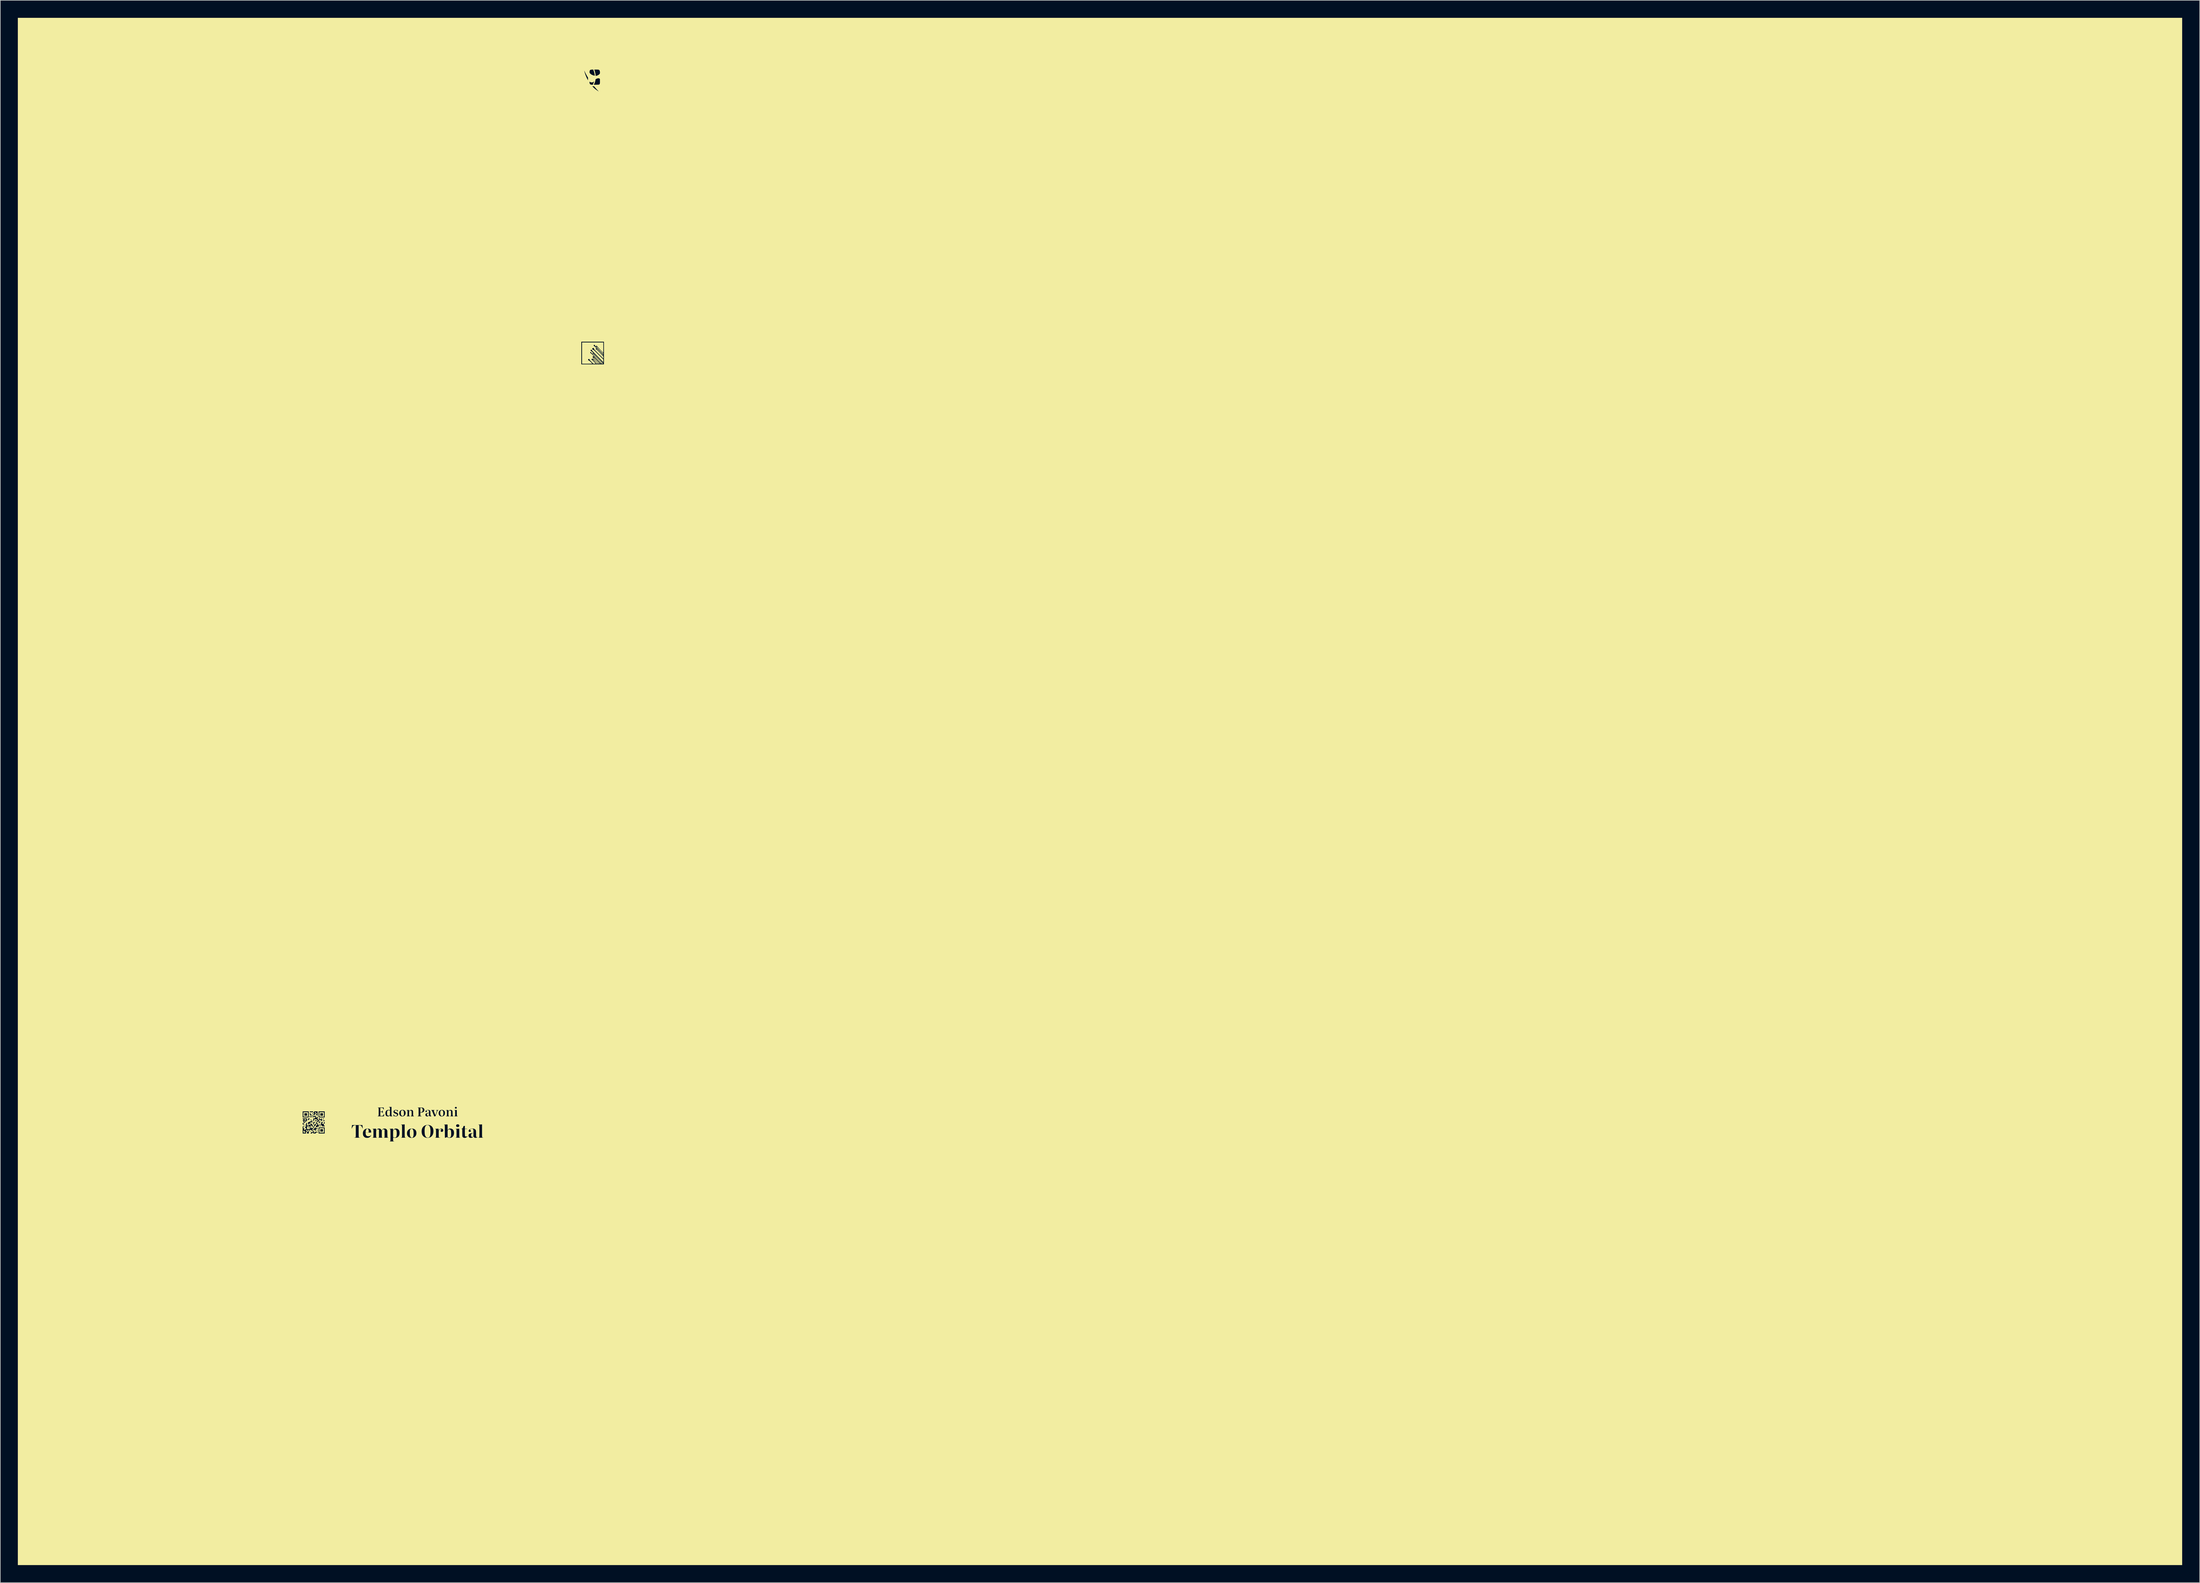
<source format=kicad_pcb>
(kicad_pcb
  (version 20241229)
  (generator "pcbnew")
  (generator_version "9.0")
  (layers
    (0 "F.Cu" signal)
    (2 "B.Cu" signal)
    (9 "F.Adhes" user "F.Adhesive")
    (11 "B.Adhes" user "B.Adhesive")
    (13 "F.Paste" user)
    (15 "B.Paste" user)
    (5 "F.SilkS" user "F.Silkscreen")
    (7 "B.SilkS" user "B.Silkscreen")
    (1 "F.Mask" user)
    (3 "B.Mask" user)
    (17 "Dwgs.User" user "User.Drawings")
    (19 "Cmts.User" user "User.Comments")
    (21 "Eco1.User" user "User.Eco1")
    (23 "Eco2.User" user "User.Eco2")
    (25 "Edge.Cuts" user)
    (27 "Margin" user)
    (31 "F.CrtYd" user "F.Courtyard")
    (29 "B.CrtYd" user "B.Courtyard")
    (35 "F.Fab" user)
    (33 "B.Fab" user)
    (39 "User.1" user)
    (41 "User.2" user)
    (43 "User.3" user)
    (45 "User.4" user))
  (footprint "WER3"
    (layer "F.Cu")
    (at 185.075 132.318)
    (property "Reference" "WER3" (at 0 0 0) (layer "F.SilkS") (effects (font (size 1.524 1.524) (thickness 0.3))))
    (attr board_only exclude_from_pos_files exclude_from_bom)
    (fp_poly (pts (xy -135.764 56.246) (xy -136.084 56.246) (xy -136.084 56.076) (xy -135.764 56.076)) (stroke (width 0) (type solid)) (fill yes) (layer "F.SilkS"))
    (fp_poly (pts (xy -135.445 55.629) (xy -136.232 55.629) (xy -136.232 55.459) (xy -136.062 55.459) (xy -135.616 55.459) (xy -135.616 55.033) (xy -136.062 55.033) (xy -136.062 55.459) (xy -136.232 55.459) (xy -136.232 54.863) (xy -135.445 54.863)) (stroke (width 0) (type solid)) (fill yes) (layer "F.SilkS"))
    (fp_poly (pts (xy -132.722 55.629) (xy -133.51 55.629) (xy -133.51 55.459) (xy -133.339 55.459) (xy -132.893 55.459) (xy -132.893 55.033) (xy -133.339 55.033) (xy -133.339 55.459) (xy -133.51 55.459) (xy -133.51 54.863) (xy -132.722 54.863)) (stroke (width 0) (type solid)) (fill yes) (layer "F.SilkS"))
    (fp_poly (pts (xy -132.722 58.352) (xy -133.51 58.352) (xy -133.51 58.182) (xy -133.339 58.182) (xy -132.893 58.182) (xy -132.893 57.756) (xy -133.339 57.756) (xy -133.339 58.182) (xy -133.51 58.182) (xy -133.51 57.586) (xy -132.722 57.586)) (stroke (width 0) (type solid)) (fill yes) (layer "F.SilkS"))
    (fp_poly (pts (xy -116.009 54.135) (xy -115.925 54.184) (xy -115.868 54.265) (xy -115.839 54.379) (xy -115.837 54.523) (xy -115.859 54.657) (xy -115.906 54.757) (xy -115.978 54.823) (xy -116.076 54.858) (xy -116.149 54.863) (xy -116.236 54.863) (xy -116.236 54.119) (xy -116.12 54.119)) (stroke (width 0) (type solid)) (fill yes) (layer "F.SilkS"))
    (fp_poly (pts (xy -136.093 58.035) (xy -136.069 58.049) (xy -136.063 58.085) (xy -136.062 58.107) (xy -136.059 58.157) (xy -136.04 58.178) (xy -135.994 58.182) (xy -135.988 58.182) (xy -135.94 58.184) (xy -135.919 58.2) (xy -135.914 58.242) (xy -135.913 58.267) (xy -135.913 58.352) (xy -136.232 58.352) (xy -136.232 58.033) (xy -136.147 58.033)) (stroke (width 0) (type solid)) (fill yes) (layer "F.SilkS"))
    (fp_poly (pts (xy -135.148 57.756) (xy -135.616 57.756) (xy -135.616 57.522) (xy -135.445 57.522) (xy -135.44 57.567) (xy -135.415 57.584) (xy -135.382 57.586) (xy -135.336 57.581) (xy -135.32 57.556) (xy -135.318 57.522) (xy -135.323 57.477) (xy -135.348 57.46) (xy -135.382 57.458) (xy -135.427 57.464) (xy -135.443 57.489) (xy -135.445 57.522) (xy -135.616 57.522) (xy -135.616 57.288) (xy -135.148 57.288)) (stroke (width 0) (type solid)) (fill yes) (layer "F.SilkS"))
    (fp_poly (pts (xy -125.195 57.714) (xy -125.177 57.724) (xy -125.137 57.773) (xy -125.105 57.854) (xy -125.082 57.956) (xy -125.069 58.069) (xy -125.07 58.183) (xy -125.076 58.234) (xy -125.09 58.331) (xy -125.596 58.331) (xy -125.596 58.262) (xy -125.587 58.127) (xy -125.562 57.997) (xy -125.524 57.881) (xy -125.477 57.788) (xy -125.424 57.728) (xy -125.421 57.726) (xy -125.353 57.699) (xy -125.27 57.695)) (stroke (width 0) (type solid)) (fill yes) (layer "F.SilkS"))
    (fp_poly (pts (xy -114.771 55.203) (xy -114.781 55.313) (xy -114.803 55.387) (xy -114.841 55.435) (xy -114.899 55.463) (xy -114.932 55.471) (xy -114.987 55.474) (xy -115.032 55.451) (xy -115.054 55.43) (xy -115.09 55.383) (xy -115.106 55.327) (xy -115.108 55.273) (xy -115.101 55.199) (xy -115.084 55.138) (xy -115.076 55.124) (xy -115.027 55.083) (xy -114.95 55.052) (xy -114.859 55.035) (xy -114.824 55.033) (xy -114.764 55.033)) (stroke (width 0) (type solid)) (fill yes) (layer "F.SilkS"))
    (fp_poly (pts (xy -107.152 58.669) (xy -107.156 58.815) (xy -107.169 58.925) (xy -107.193 59.004) (xy -107.227 59.056) (xy -107.239 59.067) (xy -107.305 59.097) (xy -107.385 59.105) (xy -107.429 59.099) (xy -107.485 59.064) (xy -107.524 58.999) (xy -107.548 58.913) (xy -107.556 58.815) (xy -107.549 58.715) (xy -107.525 58.621) (xy -107.486 58.544) (xy -107.431 58.492) (xy -107.425 58.488) (xy -107.365 58.466) (xy -107.288 58.448) (xy -107.257 58.444) (xy -107.152 58.431)) (stroke (width 0) (type solid)) (fill yes) (layer "F.SilkS"))
    (fp_poly (pts (xy -121.532 54.564) (xy -121.499 54.578) (xy -121.426 54.613) (xy -121.428 54.924) (xy -121.43 55.054) (xy -121.436 55.167) (xy -121.444 55.254) (xy -121.454 55.307) (xy -121.454 55.308) (xy -121.504 55.391) (xy -121.579 55.445) (xy -121.67 55.466) (xy -121.765 55.452) (xy -121.826 55.421) (xy -121.87 55.371) (xy -121.9 55.299) (xy -121.918 55.197) (xy -121.926 55.061) (xy -121.926 55.001) (xy -121.925 54.884) (xy -121.921 54.799) (xy -121.912 54.737) (xy -121.897 54.689) (xy -121.885 54.664) (xy -121.826 54.583) (xy -121.746 54.54) (xy -121.647 54.533)) (stroke (width 0) (type solid)) (fill yes) (layer "F.SilkS"))
    (fp_poly (pts (xy -112.455 54.561) (xy -112.418 54.593) (xy -112.361 54.672) (xy -112.324 54.779) (xy -112.305 54.917) (xy -112.304 55.091) (xy -112.305 55.118) (xy -112.318 55.259) (xy -112.342 55.364) (xy -112.378 55.439) (xy -112.413 55.476) (xy -112.465 55.501) (xy -112.539 55.513) (xy -112.611 55.509) (xy -112.613 55.508) (xy -112.673 55.477) (xy -112.731 55.415) (xy -112.779 55.333) (xy -112.809 55.247) (xy -112.823 55.146) (xy -112.83 55.028) (xy -112.83 54.907) (xy -112.822 54.798) (xy -112.809 54.727) (xy -112.765 54.629) (xy -112.701 54.561) (xy -112.623 54.526) (xy -112.538 54.525)) (stroke (width 0) (type solid)) (fill yes) (layer "F.SilkS"))
    (fp_poly (pts (xy -119.251 54.53) (xy -119.172 54.57) (xy -119.108 54.643) (xy -119.095 54.665) (xy -119.076 54.728) (xy -119.061 54.821) (xy -119.05 54.933) (xy -119.045 55.052) (xy -119.045 55.166) (xy -119.052 55.264) (xy -119.063 55.322) (xy -119.106 55.418) (xy -119.171 55.482) (xy -119.251 55.512) (xy -119.341 55.504) (xy -119.384 55.486) (xy -119.456 55.429) (xy -119.511 55.342) (xy -119.535 55.289) (xy -119.55 55.238) (xy -119.559 55.176) (xy -119.563 55.092) (xy -119.564 55.002) (xy -119.562 54.879) (xy -119.554 54.775) (xy -119.541 54.702) (xy -119.537 54.688) (xy -119.488 54.602) (xy -119.418 54.547) (xy -119.336 54.523)) (stroke (width 0) (type solid)) (fill yes) (layer "F.SilkS"))
    (fp_poly (pts (xy -111.197 57.809) (xy -111.123 57.841) (xy -111.065 57.898) (xy -111.022 57.984) (xy -110.993 58.103) (xy -110.974 58.258) (xy -110.966 58.397) (xy -110.965 58.626) (xy -110.98 58.816) (xy -111.011 58.967) (xy -111.059 59.08) (xy -111.123 59.153) (xy -111.151 59.17) (xy -111.251 59.199) (xy -111.363 59.193) (xy -111.473 59.153) (xy -111.566 59.104) (xy -111.572 58.563) (xy -111.574 58.384) (xy -111.573 58.242) (xy -111.571 58.132) (xy -111.565 58.049) (xy -111.555 57.987) (xy -111.54 57.941) (xy -111.52 57.905) (xy -111.493 57.875) (xy -111.466 57.852) (xy -111.414 57.817) (xy -111.354 57.802) (xy -111.29 57.799)) (stroke (width 0) (type solid)) (fill yes) (layer "F.SilkS"))
    (fp_poly (pts (xy -120.501 57.811) (xy -120.424 57.849) (xy -120.366 57.916) (xy -120.322 58.016) (xy -120.291 58.153) (xy -120.277 58.251) (xy -120.268 58.387) (xy -120.267 58.534) (xy -120.275 58.683) (xy -120.29 58.821) (xy -120.311 58.937) (xy -120.332 59.009) (xy -120.391 59.109) (xy -120.471 59.174) (xy -120.569 59.202) (xy -120.681 59.192) (xy -120.794 59.148) (xy -120.895 59.096) (xy -120.895 58.571) (xy -120.894 58.407) (xy -120.894 58.279) (xy -120.891 58.182) (xy -120.888 58.11) (xy -120.882 58.057) (xy -120.874 58.017) (xy -120.863 57.984) (xy -120.85 57.954) (xy -120.79 57.867) (xy -120.709 57.816) (xy -120.602 57.799) (xy -120.597 57.799)) (stroke (width 0) (type solid)) (fill yes) (layer "F.SilkS"))
    (fp_poly (pts (xy -117.657 57.702) (xy -117.599 57.724) (xy -117.536 57.778) (xy -117.483 57.869) (xy -117.44 57.991) (xy -117.409 58.139) (xy -117.39 58.308) (xy -117.384 58.492) (xy -117.392 58.686) (xy -117.406 58.816) (xy -117.435 58.968) (xy -117.476 59.081) (xy -117.531 59.158) (xy -117.585 59.193) (xy -117.646 59.216) (xy -117.694 59.221) (xy -117.745 59.208) (xy -117.802 59.183) (xy -117.883 59.123) (xy -117.948 59.025) (xy -117.996 58.889) (xy -118.027 58.716) (xy -118.041 58.509) (xy -118.038 58.289) (xy -118.028 58.135) (xy -118.015 58.016) (xy -117.995 57.924) (xy -117.969 57.852) (xy -117.932 57.794) (xy -117.919 57.778) (xy -117.846 57.721) (xy -117.755 57.695)) (stroke (width 0) (type solid)) (fill yes) (layer "F.SilkS"))
    (fp_poly (pts (xy -114.939 57.065) (xy -114.823 57.105) (xy -114.721 57.18) (xy -114.667 57.244) (xy -114.613 57.352) (xy -114.568 57.495) (xy -114.534 57.667) (xy -114.511 57.863) (xy -114.5 58.077) (xy -114.502 58.303) (xy -114.51 58.449) (xy -114.532 58.664) (xy -114.565 58.839) (xy -114.609 58.977) (xy -114.665 59.08) (xy -114.733 59.15) (xy -114.765 59.169) (xy -114.818 59.189) (xy -114.89 59.205) (xy -114.962 59.216) (xy -115.018 59.218) (xy -115.034 59.214) (xy -115.069 59.204) (xy -115.113 59.194) (xy -115.201 59.154) (xy -115.284 59.078) (xy -115.358 58.97) (xy -115.42 58.838) (xy -115.46 58.709) (xy -115.477 58.613) (xy -115.491 58.486) (xy -115.501 58.337) (xy -115.507 58.177) (xy -115.509 58.017) (xy -115.506 57.868) (xy -115.497 57.739) (xy -115.494 57.709) (xy -115.459 57.505) (xy -115.404 57.339) (xy -115.332 57.212) (xy -115.241 57.122) (xy -115.132 57.071) (xy -115.005 57.058)) (stroke (width 0) (type solid)) (fill yes) (layer "F.SilkS"))
    (fp_poly (pts (xy -84.943 -75.923) (xy -84.944 -75.735) (xy -84.945 -75.561) (xy -84.946 -75.406) (xy -84.949 -75.273) (xy -84.952 -75.167) (xy -84.955 -75.093) (xy -84.958 -75.055) (xy -84.96 -75.051) (xy -84.982 -75.066) (xy -85.028 -75.108) (xy -85.095 -75.173) (xy -85.178 -75.257) (xy -85.274 -75.354) (xy -85.378 -75.462) (xy -85.486 -75.575) (xy -85.593 -75.689) (xy -85.697 -75.8) (xy -85.793 -75.904) (xy -85.877 -75.996) (xy -85.944 -76.072) (xy -85.991 -76.128) (xy -86.013 -76.16) (xy -86.014 -76.162) (xy -86.043 -76.213) (xy -86.089 -76.236) (xy -86.138 -76.234) (xy -86.179 -76.207) (xy -86.198 -76.156) (xy -86.198 -76.148) (xy -86.181 -76.089) (xy -86.133 -76.056) (xy -86.092 -76.051) (xy -86.072 -76.046) (xy -86.042 -76.027) (xy -86 -75.994) (xy -85.942 -75.942) (xy -85.867 -75.87) (xy -85.771 -75.775) (xy -85.652 -75.655) (xy -85.507 -75.506) (xy -85.489 -75.488) (xy -85.347 -75.342) (xy -85.232 -75.223) (xy -85.141 -75.128) (xy -85.071 -75.053) (xy -85.02 -74.996) (xy -84.985 -74.952) (xy -84.963 -74.919) (xy -84.951 -74.894) (xy -84.947 -74.872) (xy -84.947 -74.851) (xy -84.947 -74.847) (xy -84.954 -74.769) (xy -85.656 -75.498) (xy -85.797 -75.645) (xy -85.93 -75.785) (xy -86.05 -75.913) (xy -86.155 -76.027) (xy -86.242 -76.122) (xy -86.308 -76.197) (xy -86.35 -76.248) (xy -86.365 -76.271) (xy -86.392 -76.337) (xy -86.439 -76.378) (xy -86.496 -76.389) (xy -86.552 -76.367) (xy -86.567 -76.353) (xy -86.597 -76.294) (xy -86.592 -76.234) (xy -86.557 -76.185) (xy -86.5 -76.159) (xy -86.481 -76.157) (xy -86.456 -76.143) (xy -86.403 -76.099) (xy -86.324 -76.024) (xy -86.217 -75.92) (xy -86.082 -75.785) (xy -85.92 -75.62) (xy -85.729 -75.423) (xy -85.696 -75.389) (xy -85.524 -75.211) (xy -85.38 -75.06) (xy -85.261 -74.935) (xy -85.166 -74.833) (xy -85.091 -74.751) (xy -85.034 -74.686) (xy -84.994 -74.637) (xy -84.968 -74.6) (xy -84.953 -74.573) (xy -84.948 -74.554) (xy -84.949 -74.539) (xy -84.957 -74.535) (xy -84.975 -74.543) (xy -85.005 -74.566) (xy -85.051 -74.606) (xy -85.114 -74.667) (xy -85.197 -74.749) (xy -85.303 -74.856) (xy -85.435 -74.99) (xy -85.506 -75.062) (xy -85.656 -75.216) (xy -85.778 -75.342) (xy -85.876 -75.445) (xy -85.95 -75.525) (xy -86.004 -75.588) (xy -86.04 -75.634) (xy -86.061 -75.667) (xy -86.07 -75.69) (xy -86.07 -75.694) (xy -86.087 -75.749) (xy -86.127 -75.779) (xy -86.177 -75.783) (xy -86.223 -75.76) (xy -86.249 -75.72) (xy -86.25 -75.668) (xy -86.22 -75.624) (xy -86.17 -75.604) (xy -86.168 -75.604) (xy -86.147 -75.596) (xy -86.112 -75.571) (xy -86.06 -75.527) (xy -85.989 -75.461) (xy -85.898 -75.372) (xy -85.784 -75.257) (xy -85.645 -75.114) (xy -85.531 -74.996) (xy -84.943 -74.388) (xy -84.943 -74.041) (xy -85.73 -74.828) (xy -85.905 -75.003) (xy -86.053 -75.151) (xy -86.174 -75.274) (xy -86.273 -75.375) (xy -86.351 -75.457) (xy -86.411 -75.521) (xy -86.454 -75.571) (xy -86.485 -75.609) (xy -86.503 -75.638) (xy -86.514 -75.661) (xy -86.517 -75.679) (xy -86.517 -75.685) (xy -86.535 -75.757) (xy -86.58 -75.817) (xy -86.642 -75.854) (xy -86.677 -75.86) (xy -86.737 -75.842) (xy -86.792 -75.797) (xy -86.829 -75.74) (xy -86.837 -75.704) (xy -86.817 -75.63) (xy -86.767 -75.572) (xy -86.695 -75.543) (xy -86.67 -75.541) (xy -86.652 -75.539) (xy -86.633 -75.534) (xy -86.609 -75.523) (xy -86.58 -75.503) (xy -86.541 -75.473) (xy -86.491 -75.429) (xy -86.427 -75.369) (xy -86.347 -75.292) (xy -86.247 -75.194) (xy -86.125 -75.073) (xy -85.979 -74.928) (xy -85.806 -74.755) (xy -85.767 -74.716) (xy -84.943 -73.892) (xy -84.944 -73.658) (xy -84.945 -73.424) (xy -85.92 -74.413) (xy -86.087 -74.584) (xy -86.246 -74.746) (xy -86.392 -74.897) (xy -86.524 -75.034) (xy -86.639 -75.155) (xy -86.735 -75.257) (xy -86.81 -75.337) (xy -86.86 -75.394) (xy -86.884 -75.424) (xy -86.885 -75.428) (xy -86.893 -75.458) (xy -86.922 -75.499) (xy -86.962 -75.538) (xy -86.998 -75.56) (xy -87.007 -75.562) (xy -87.038 -75.547) (xy -87.08 -75.511) (xy -87.117 -75.469) (xy -87.134 -75.436) (xy -87.134 -75.434) (xy -87.119 -75.4) (xy -87.083 -75.36) (xy -87.039 -75.327) (xy -87.003 -75.313) (xy -86.996 -75.314) (xy -86.975 -75.301) (xy -86.925 -75.259) (xy -86.848 -75.187) (xy -86.743 -75.087) (xy -86.613 -74.959) (xy -86.457 -74.804) (xy -86.277 -74.624) (xy -86.073 -74.418) (xy -85.96 -74.303) (xy -85.79 -74.13) (xy -85.628 -73.965) (xy -85.477 -73.812) (xy -85.341 -73.672) (xy -85.221 -73.548) (xy -85.119 -73.444) (xy -85.039 -73.36) (xy -84.982 -73.301) (xy -84.951 -73.268) (xy -84.947 -73.262) (xy -84.953 -73.244) (xy -84.957 -73.243) (xy -84.976 -73.258) (xy -85.022 -73.3) (xy -85.09 -73.365) (xy -85.178 -73.451) (xy -85.283 -73.555) (xy -85.402 -73.672) (xy -85.53 -73.8) (xy -85.666 -73.936) (xy -85.804 -74.075) (xy -85.943 -74.215) (xy -86.079 -74.353) (xy -86.209 -74.485) (xy -86.329 -74.608) (xy -86.437 -74.718) (xy -86.528 -74.813) (xy -86.6 -74.888) (xy -86.649 -74.941) (xy -86.672 -74.969) (xy -86.674 -74.971) (xy -86.702 -75.002) (xy -86.747 -75.006) (xy -86.79 -74.982) (xy -86.793 -74.978) (xy -86.805 -74.936) (xy -86.789 -74.893) (xy -86.753 -74.866) (xy -86.729 -74.864) (xy -86.71 -74.856) (xy -86.671 -74.827) (xy -86.613 -74.776) (xy -86.532 -74.702) (xy -86.428 -74.603) (xy -86.3 -74.479) (xy -86.146 -74.327) (xy -85.964 -74.147) (xy -85.848 -74.03) (xy -85.692 -73.874) (xy -85.545 -73.727) (xy -85.41 -73.591) (xy -85.291 -73.469) (xy -85.188 -73.365) (xy -85.106 -73.281) (xy -85.047 -73.219) (xy -85.014 -73.183) (xy -85.007 -73.174) (xy -85.026 -73.164) (xy -85.073 -73.158) (xy -85.09 -73.158) (xy -85.108 -73.159) (xy -85.126 -73.162) (xy -85.147 -73.171) (xy -85.173 -73.187) (xy -85.206 -73.213) (xy -85.25 -73.25) (xy -85.306 -73.302) (xy -85.376 -73.37) (xy -85.464 -73.457) (xy -85.571 -73.564) (xy -85.701 -73.695) (xy -85.854 -73.851) (xy -86.035 -74.034) (xy -86.085 -74.085) (xy -86.258 -74.262) (xy -86.418 -74.427) (xy -86.564 -74.578) (xy -86.693 -74.713) (xy -86.803 -74.829) (xy -86.891 -74.924) (xy -86.955 -74.996) (xy -86.993 -75.042) (xy -87.003 -75.058) (xy -87.029 -75.124) (xy -87.078 -75.155) (xy -87.102 -75.158) (xy -87.157 -75.142) (xy -87.188 -75.103) (xy -87.194 -75.054) (xy -87.174 -75.008) (xy -87.128 -74.977) (xy -87.116 -74.974) (xy -87.092 -74.961) (xy -87.049 -74.928) (xy -86.986 -74.872) (xy -86.901 -74.794) (xy -86.793 -74.691) (xy -86.66 -74.562) (xy -86.502 -74.406) (xy -86.316 -74.222) (xy -86.154 -74.06) (xy -85.966 -73.872) (xy -85.807 -73.712) (xy -85.673 -73.578) (xy -85.564 -73.467) (xy -85.477 -73.377) (xy -85.41 -73.306) (xy -85.361 -73.252) (xy -85.328 -73.212) (xy -85.308 -73.186) (xy -85.301 -73.169) (xy -85.304 -73.161) (xy -85.314 -73.158) (xy -85.316 -73.158) (xy -85.336 -73.161) (xy -85.361 -73.173) (xy -85.395 -73.196) (xy -85.44 -73.233) (xy -85.5 -73.287) (xy -85.577 -73.36) (xy -85.675 -73.455) (xy -85.797 -73.575) (xy -85.938 -73.717) (xy -86.064 -73.844) (xy -86.181 -73.963) (xy -86.284 -74.07) (xy -86.371 -74.161) (xy -86.437 -74.234) (xy -86.48 -74.283) (xy -86.496 -74.307) (xy -86.496 -74.307) (xy -86.515 -74.37) (xy -86.564 -74.416) (xy -86.631 -74.434) (xy -86.632 -74.434) (xy -86.705 -74.418) (xy -86.753 -74.375) (xy -86.772 -74.317) (xy -86.76 -74.254) (xy -86.715 -74.201) (xy -86.652 -74.168) (xy -86.605 -74.169) (xy -86.588 -74.169) (xy -86.566 -74.162) (xy -86.536 -74.144) (xy -86.495 -74.111) (xy -86.44 -74.062) (xy -86.367 -73.993) (xy -86.273 -73.902) (xy -86.155 -73.785) (xy -86.056 -73.686) (xy -85.937 -73.567) (xy -85.829 -73.457) (xy -85.734 -73.36) (xy -85.656 -73.279) (xy -85.599 -73.219) (xy -85.567 -73.183) (xy -85.56 -73.174) (xy -85.579 -73.164) (xy -85.627 -73.159) (xy -85.652 -73.158) (xy -85.68 -73.159) (xy -85.707 -73.163) (xy -85.735 -73.175) (xy -85.769 -73.197) (xy -85.814 -73.233) (xy -85.873 -73.286) (xy -85.951 -73.359) (xy -86.052 -73.456) (xy -86.152 -73.553) (xy -86.265 -73.664) (xy -86.364 -73.765) (xy -86.447 -73.851) (xy -86.51 -73.92) (xy -86.549 -73.967) (xy -86.56 -73.987) (xy -86.576 -74.038) (xy -86.617 -74.061) (xy -86.665 -74.052) (xy -86.699 -74.027) (xy -86.709 -74.01) (xy -86.697 -73.961) (xy -86.67 -73.928) (xy -86.655 -73.924) (xy -86.634 -73.91) (xy -86.588 -73.871) (xy -86.522 -73.812) (xy -86.44 -73.737) (xy -86.349 -73.653) (xy -86.253 -73.562) (xy -86.157 -73.471) (xy -86.067 -73.384) (xy -85.987 -73.306) (xy -85.923 -73.242) (xy -85.879 -73.196) (xy -85.862 -73.174) (xy -85.876 -73.165) (xy -85.922 -73.159) (xy -85.959 -73.158) (xy -86.064 -73.158) (xy -86.396 -73.51) (xy -86.509 -73.632) (xy -86.6 -73.733) (xy -86.666 -73.812) (xy -86.705 -73.865) (xy -86.717 -73.892) (xy -86.717 -73.892) (xy -86.723 -73.924) (xy -86.752 -73.967) (xy -86.792 -74.007) (xy -86.829 -74.029) (xy -86.837 -74.03) (xy -86.867 -74.015) (xy -86.908 -73.981) (xy -86.945 -73.941) (xy -86.964 -73.909) (xy -86.964 -73.906) (xy -86.948 -73.866) (xy -86.909 -73.823) (xy -86.863 -73.792) (xy -86.842 -73.786) (xy -86.812 -73.77) (xy -86.757 -73.724) (xy -86.68 -73.652) (xy -86.586 -73.558) (xy -86.508 -73.476) (xy -86.218 -73.169) (xy -86.654 -73.156) (xy -86.969 -73.471) (xy -87.062 -73.566) (xy -87.144 -73.652) (xy -87.209 -73.725) (xy -87.254 -73.778) (xy -87.273 -73.809) (xy -87.273 -73.812) (xy -87.275 -73.86) (xy -87.302 -73.914) (xy -87.347 -73.956) (xy -87.36 -73.964) (xy -87.426 -73.974) (xy -87.485 -73.951) (xy -87.528 -73.905) (xy -87.547 -73.844) (xy -87.536 -73.788) (xy -87.502 -73.744) (xy -87.454 -73.711) (xy -87.406 -73.698) (xy -87.386 -73.703) (xy -87.366 -73.692) (xy -87.322 -73.657) (xy -87.26 -73.603) (xy -87.187 -73.536) (xy -87.108 -73.461) (xy -87.03 -73.384) (xy -86.957 -73.312) (xy -86.897 -73.249) (xy -86.855 -73.202) (xy -86.837 -73.176) (xy -86.837 -73.174) (xy -86.857 -73.171) (xy -86.916 -73.167) (xy -87.008 -73.165) (xy -87.129 -73.162) (xy -87.276 -73.16) (xy -87.442 -73.159) (xy -87.625 -73.158) (xy -87.709 -73.158) (xy -88.581 -73.158) (xy -88.581 -76.796) (xy -84.943 -76.796)) (stroke (width 0) (type solid)) (fill yes) (layer "F.SilkS"))
    (fp_poly (pts (xy 185.075 132.318) (xy -185.075 132.318) (xy -185.075 58.501) (xy -136.36 58.501) (xy -135.788 58.501) (xy -135.616 58.501) (xy -135.318 58.501) (xy -134.999 58.501) (xy -134.722 58.501) (xy -134.722 58.331) (xy -134.552 58.331) (xy -134.552 58.501) (xy -134.105 58.501) (xy -133.637 58.501) (xy -132.595 58.501) (xy -132.595 57.642) (xy -127.98 57.642) (xy -127.978 57.67) (xy -127.977 57.671) (xy -127.962 57.653) (xy -127.938 57.605) (xy -127.908 57.537) (xy -127.906 57.532) (xy -127.836 57.378) (xy -127.763 57.262) (xy -127.681 57.18) (xy -127.586 57.129) (xy -127.473 57.103) (xy -127.388 57.098) (xy -127.277 57.097) (xy -127.277 58.106) (xy -127.276 58.348) (xy -127.277 58.55) (xy -127.277 58.717) (xy -127.279 58.852) (xy -127.283 58.958) (xy -127.289 59.039) (xy -127.299 59.097) (xy -127.311 59.138) (xy -127.328 59.163) (xy -127.349 59.176) (xy -127.375 59.182) (xy -127.407 59.182) (xy -127.445 59.182) (xy -127.448 59.182) (xy -127.508 59.185) (xy -127.546 59.195) (xy -127.553 59.203) (xy -127.532 59.21) (xy -127.471 59.216) (xy -127.37 59.22) (xy -127.233 59.223) (xy -127.06 59.224) (xy -127.032 59.224) (xy -126.854 59.223) (xy -126.712 59.221) (xy -126.606 59.217) (xy -126.538 59.211) (xy -126.511 59.204) (xy -126.511 59.203) (xy -126.53 59.191) (xy -126.579 59.183) (xy -126.616 59.182) (xy -126.654 59.182) (xy -126.687 59.182) (xy -126.713 59.177) (xy -126.735 59.164) (xy -126.752 59.14) (xy -126.764 59.101) (xy -126.774 59.044) (xy -126.78 58.965) (xy -126.784 58.861) (xy -126.786 58.729) (xy -126.787 58.564) (xy -126.787 58.478) (xy -126.063 58.478) (xy -126.055 58.625) (xy -126.032 58.76) (xy -126.001 58.856) (xy -125.946 58.951) (xy -125.866 59.046) (xy -125.774 59.129) (xy -125.683 59.188) (xy -125.668 59.194) (xy -125.519 59.237) (xy -125.351 59.252) (xy -125.18 59.238) (xy -125.059 59.21) (xy -124.969 59.168) (xy -124.872 59.099) (xy -124.841 59.072) (xy -124.777 59.008) (xy -124.719 58.942) (xy -124.673 58.881) (xy -124.646 58.834) (xy -124.643 58.809) (xy -124.643 58.809) (xy -124.664 58.814) (xy -124.707 58.838) (xy -124.731 58.854) (xy -124.856 58.92) (xy -124.991 58.959) (xy -125.128 58.972) (xy -125.258 58.958) (xy -125.373 58.919) (xy -125.465 58.853) (xy -125.488 58.828) (xy -125.532 58.749) (xy -125.568 58.645) (xy -125.591 58.531) (xy -125.596 58.455) (xy -125.596 58.353) (xy -125.123 58.347) (xy -124.649 58.341) (xy -124.651 58.209) (xy -124.672 58.05) (xy -124.728 57.914) (xy -124.818 57.801) (xy -124.939 57.717) (xy -124.469 57.717) (xy -124.45 57.729) (xy -124.404 57.735) (xy -124.396 57.735) (xy -124.358 57.736) (xy -124.328 57.74) (xy -124.305 57.752) (xy -124.287 57.777) (xy -124.274 57.817) (xy -124.265 57.879) (xy -124.26 57.965) (xy -124.257 58.08) (xy -124.256 58.228) (xy -124.256 58.413) (xy -124.256 58.466) (xy -124.256 58.669) (xy -124.258 58.831) (xy -124.261 58.958) (xy -124.264 59.05) (xy -124.27 59.113) (xy -124.277 59.147) (xy -124.281 59.156) (xy -124.319 59.174) (xy -124.375 59.182) (xy -124.377 59.182) (xy -124.425 59.187) (xy -124.447 59.201) (xy -124.447 59.203) (xy -124.426 59.211) (xy -124.366 59.217) (xy -124.268 59.221) (xy -124.135 59.224) (xy -124.043 59.224) (xy -123.892 59.223) (xy -123.773 59.22) (xy -123.69 59.215) (xy -123.646 59.208) (xy -123.639 59.203) (xy -123.657 59.186) (xy -123.687 59.181) (xy -123.72 59.18) (xy -123.745 59.175) (xy -123.765 59.16) (xy -123.779 59.132) (xy -123.788 59.085) (xy -123.794 59.015) (xy -123.797 58.917) (xy -123.798 58.786) (xy -123.798 58.619) (xy -123.798 58.592) (xy -123.798 58.425) (xy -123.798 58.294) (xy -123.796 58.195) (xy -123.793 58.121) (xy -123.788 58.067) (xy -123.78 58.027) (xy -123.77 57.995) (xy -123.757 57.967) (xy -123.75 57.952) (xy -123.685 57.863) (xy -123.606 57.805) (xy -123.52 57.78) (xy -123.435 57.79) (xy -123.369 57.829) (xy -123.309 57.88) (xy -123.309 59.171) (xy -123.378 59.178) (xy -123.425 59.188) (xy -123.447 59.203) (xy -123.447 59.204) (xy -123.427 59.211) (xy -123.369 59.217) (xy -123.28 59.221) (xy -123.164 59.224) (xy -123.064 59.224) (xy -122.918 59.223) (xy -122.804 59.22) (xy -122.726 59.214) (xy -122.686 59.207) (xy -122.682 59.203) (xy -122.699 59.185) (xy -122.722 59.182) (xy -122.754 59.181) (xy -122.779 59.178) (xy -122.798 59.165) (xy -122.811 59.141) (xy -122.821 59.098) (xy -122.826 59.033) (xy -122.829 58.942) (xy -122.83 58.818) (xy -122.83 58.659) (xy -122.83 58.593) (xy -122.83 58.423) (xy -122.829 58.289) (xy -122.828 58.187) (xy -122.824 58.11) (xy -122.819 58.054) (xy -122.812 58.013) (xy -122.803 57.981) (xy -122.79 57.953) (xy -122.787 57.946) (xy -122.726 57.861) (xy -122.648 57.805) (xy -122.562 57.78) (xy -122.477 57.791) (xy -122.412 57.829) (xy -122.352 57.88) (xy -122.352 59.171) (xy -122.421 59.178) (xy -122.468 59.188) (xy -122.49 59.203) (xy -122.49 59.204) (xy -122.47 59.211) (xy -122.412 59.217) (xy -122.322 59.221) (xy -122.204 59.223) (xy -122.086 59.224) (xy -121.934 59.223) (xy -121.816 59.22) (xy -121.733 59.215) (xy -121.689 59.208) (xy -121.682 59.203) (xy -121.7 59.189) (xy -121.746 59.182) (xy -121.754 59.182) (xy -121.809 59.174) (xy -121.846 59.156) (xy -121.847 59.155) (xy -121.855 59.125) (xy -121.861 59.057) (xy -121.867 58.952) (xy -121.872 58.816) (xy -121.875 58.652) (xy -121.877 58.574) (xy -121.884 58.019) (xy -121.948 57.893) (xy -121.99 57.818) (xy -122.033 57.767) (xy -122.091 57.727) (xy -122.11 57.716) (xy -121.564 57.716) (xy -121.559 57.728) (xy -121.519 57.734) (xy -121.496 57.735) (xy -121.461 57.735) (xy -121.431 57.737) (xy -121.407 57.745) (xy -121.388 57.762) (xy -121.373 57.792) (xy -121.361 57.838) (xy -121.353 57.904) (xy -121.347 57.993) (xy -121.344 58.108) (xy -121.342 58.254) (xy -121.341 58.433) (xy -121.341 58.65) (xy -121.341 58.784) (xy -121.342 59.039) (xy -121.343 59.259) (xy -121.346 59.442) (xy -121.349 59.587) (xy -121.354 59.692) (xy -121.359 59.757) (xy -121.363 59.779) (xy -121.401 59.812) (xy -121.433 59.82) (xy -121.486 59.829) (xy -121.512 59.841) (xy -121.503 59.849) (xy -121.453 59.854) (xy -121.361 59.858) (xy -121.228 59.86) (xy -121.086 59.86) (xy -120.94 59.859) (xy -120.822 59.857) (xy -120.735 59.853) (xy -120.683 59.848) (xy -120.669 59.842) (xy -120.671 59.841) (xy -120.724 59.827) (xy -120.779 59.821) (xy -120.822 59.818) (xy -120.853 59.805) (xy -120.874 59.777) (xy -120.886 59.727) (xy -120.892 59.651) (xy -120.894 59.54) (xy -120.895 59.475) (xy -120.894 59.369) (xy -120.893 59.28) (xy -120.89 59.216) (xy -120.888 59.184) (xy -120.887 59.182) (xy -120.864 59.188) (xy -120.815 59.205) (xy -120.786 59.215) (xy -120.709 59.234) (xy -120.609 59.246) (xy -120.533 59.249) (xy -120.352 59.231) (xy -120.193 59.177) (xy -120.058 59.091) (xy -119.949 58.973) (xy -119.867 58.828) (xy -119.814 58.656) (xy -119.792 58.461) (xy -119.795 58.324) (xy -119.808 58.192) (xy -119.827 58.089) (xy -119.858 58.004) (xy -119.903 57.922) (xy -119.922 57.893) (xy -120.02 57.785) (xy -120.145 57.707) (xy -120.291 57.663) (xy -120.35 57.655) (xy -120.499 57.658) (xy -120.626 57.693) (xy -120.738 57.764) (xy -120.798 57.821) (xy -120.849 57.874) (xy -120.888 57.912) (xy -120.906 57.926) (xy -120.906 57.926) (xy -120.911 57.907) (xy -120.915 57.857) (xy -120.916 57.799) (xy -120.916 57.672) (xy -121.23 57.685) (xy -121.342 57.691) (xy -121.439 57.698) (xy -121.513 57.706) (xy -121.557 57.713) (xy -121.564 57.716) (xy -122.11 57.716) (xy -122.128 57.707) (xy -122.202 57.673) (xy -122.263 57.656) (xy -122.334 57.653) (xy -122.384 57.656) (xy -122.468 57.666) (xy -122.546 57.683) (xy -122.589 57.699) (xy -122.675 57.758) (xy -122.753 57.836) (xy -122.809 57.918) (xy -122.813 57.926) (xy -122.835 57.97) (xy -122.851 57.99) (xy -122.852 57.99) (xy -122.865 57.972) (xy -122.888 57.927) (xy -122.902 57.894) (xy -122.966 57.792) (xy -123.058 57.715) (xy -123.173 57.667) (xy -123.303 57.65) (xy -123.441 57.666) (xy -123.472 57.675) (xy -123.563 57.718) (xy -123.655 57.788) (xy -123.733 57.872) (xy -123.766 57.923) (xy -123.807 58.001) (xy -123.808 57.848) (xy -123.811 57.772) (xy -123.817 57.713) (xy -123.825 57.685) (xy -123.826 57.684) (xy -123.854 57.68) (xy -123.914 57.679) (xy -123.996 57.68) (xy -124.093 57.684) (xy -124.193 57.689) (xy -124.29 57.695) (xy -124.374 57.701) (xy -124.436 57.708) (xy -124.467 57.715) (xy -124.469 57.717) (xy -124.939 57.717) (xy -124.941 57.716) (xy -124.973 57.7) (xy -125.055 57.677) (xy -125.164 57.664) (xy -125.287 57.661) (xy -125.408 57.668) (xy -125.515 57.686) (xy -125.564 57.701) (xy -125.728 57.784) (xy -125.86 57.895) (xy -125.961 58.035) (xy -126.031 58.203) (xy -126.033 58.212) (xy -126.056 58.335) (xy -126.063 58.478) (xy -126.787 58.478) (xy -126.787 58.365) (xy -126.787 58.126) (xy -126.787 58.106) (xy -126.787 57.097) (xy -126.686 57.097) (xy -126.537 57.112) (xy -126.416 57.158) (xy -126.363 57.195) (xy -126.325 57.239) (xy -126.277 57.311) (xy -126.225 57.399) (xy -126.177 57.492) (xy -126.138 57.578) (xy -126.12 57.629) (xy -126.105 57.661) (xy -126.092 57.652) (xy -126.09 57.621) (xy -126.092 57.558) (xy -126.098 57.473) (xy -126.107 57.376) (xy -126.118 57.278) (xy -126.129 57.187) (xy -126.141 57.116) (xy -126.141 57.113) (xy -126.152 57.054) (xy -127.913 57.054) (xy -127.925 57.123) (xy -127.938 57.207) (xy -127.95 57.304) (xy -127.962 57.404) (xy -127.971 57.5) (xy -127.978 57.582) (xy -127.98 57.642) (xy -132.595 57.642) (xy -132.595 57.458) (xy -133.637 57.458) (xy -133.637 58.501) (xy -134.105 58.501) (xy -134.105 58.331) (xy -133.807 58.331) (xy -133.807 58.203) (xy -134.254 58.203) (xy -134.254 58.277) (xy -134.257 58.325) (xy -134.273 58.346) (xy -134.314 58.352) (xy -134.339 58.352) (xy -134.424 58.352) (xy -134.424 58.054) (xy -134.488 58.054) (xy -134.531 58.058) (xy -134.549 58.079) (xy -134.552 58.129) (xy -134.552 58.203) (xy -134.85 58.203) (xy -134.85 58.277) (xy -134.853 58.327) (xy -134.872 58.348) (xy -134.919 58.352) (xy -134.924 58.352) (xy -134.974 58.355) (xy -134.995 58.374) (xy -134.999 58.421) (xy -134.999 58.426) (xy -134.999 58.501) (xy -135.318 58.501) (xy -135.318 58.118) (xy -135.148 58.118) (xy -135.142 58.163) (xy -135.117 58.18) (xy -135.084 58.182) (xy -135.039 58.176) (xy -135.022 58.152) (xy -135.02 58.118) (xy -135.025 58.073) (xy -135.05 58.056) (xy -135.084 58.054) (xy -135.129 58.059) (xy -135.146 58.084) (xy -135.148 58.118) (xy -135.318 58.118) (xy -135.318 58.054) (xy -135.382 58.054) (xy -135.424 58.058) (xy -135.442 58.079) (xy -135.445 58.129) (xy -135.448 58.176) (xy -135.464 58.197) (xy -135.505 58.203) (xy -135.53 58.203) (xy -135.616 58.203) (xy -135.616 58.501) (xy -135.788 58.501) (xy -135.781 58.347) (xy -135.775 58.192) (xy -135.695 58.186) (xy -135.643 58.178) (xy -135.62 58.159) (xy -135.616 58.119) (xy -135.616 58.117) (xy -135.619 58.077) (xy -135.638 58.059) (xy -135.683 58.054) (xy -135.701 58.054) (xy -135.786 58.054) (xy -135.786 57.884) (xy -135.701 57.884) (xy -135.646 57.886) (xy -135.622 57.9) (xy -135.616 57.936) (xy -135.616 57.958) (xy -135.612 58.008) (xy -135.594 58.029) (xy -135.547 58.033) (xy -135.541 58.033) (xy -135.491 58.03) (xy -135.471 58.011) (xy -135.467 57.964) (xy -135.467 57.958) (xy -135.464 57.911) (xy -135.448 57.89) (xy -135.407 57.884) (xy -135.382 57.884) (xy -135.327 57.886) (xy -135.303 57.9) (xy -135.297 57.936) (xy -135.296 57.958) (xy -135.293 58.008) (xy -135.275 58.029) (xy -135.233 58.033) (xy -135.19 58.029) (xy -135.172 58.008) (xy -135.169 57.958) (xy -135.169 57.884) (xy -134.85 57.884) (xy -134.85 58.033) (xy -134.573 58.033) (xy -134.573 57.969) (xy -134.577 57.926) (xy -134.598 57.909) (xy -134.648 57.905) (xy -134.695 57.903) (xy -134.717 57.887) (xy -134.717 57.884) (xy -134.552 57.884) (xy -134.254 57.884) (xy -134.254 57.958) (xy -134.251 58.008) (xy -134.232 58.029) (xy -134.185 58.033) (xy -134.18 58.033) (xy -134.105 58.033) (xy -134.105 57.969) (xy -133.935 57.969) (xy -133.93 58.014) (xy -133.905 58.031) (xy -133.871 58.033) (xy -133.826 58.028) (xy -133.809 58.003) (xy -133.807 57.969) (xy -133.813 57.924) (xy -133.838 57.907) (xy -133.871 57.905) (xy -133.916 57.91) (xy -133.933 57.935) (xy -133.935 57.969) (xy -134.105 57.969) (xy -134.105 57.735) (xy -133.807 57.735) (xy -133.807 57.607) (xy -134.105 57.607) (xy -134.105 57.533) (xy -134.108 57.483) (xy -134.127 57.463) (xy -134.174 57.458) (xy -134.18 57.458) (xy -134.23 57.462) (xy -134.25 57.48) (xy -134.254 57.527) (xy -134.254 57.533) (xy -134.257 57.583) (xy -134.276 57.603) (xy -134.323 57.607) (xy -134.329 57.607) (xy -134.378 57.611) (xy -134.399 57.629) (xy -134.403 57.676) (xy -134.403 57.682) (xy -134.406 57.732) (xy -134.425 57.752) (xy -134.472 57.756) (xy -134.477 57.756) (xy -134.527 57.76) (xy -134.548 57.778) (xy -134.552 57.82) (xy -134.552 57.884) (xy -134.717 57.884) (xy -134.722 57.845) (xy -134.722 57.82) (xy -134.72 57.766) (xy -134.706 57.741) (xy -134.67 57.735) (xy -134.648 57.735) (xy -134.598 57.731) (xy -134.577 57.713) (xy -134.573 57.671) (xy -134.577 57.628) (xy -134.598 57.611) (xy -134.648 57.607) (xy -134.698 57.604) (xy -134.717 57.586) (xy -134.552 57.586) (xy -134.424 57.586) (xy -134.424 57.437) (xy -134.084 57.437) (xy -133.807 57.437) (xy -133.807 57.288) (xy -133.51 57.288) (xy -133.51 57.214) (xy -133.339 57.214) (xy -133.336 57.264) (xy -133.318 57.284) (xy -133.276 57.288) (xy -133.233 57.284) (xy -133.215 57.263) (xy -133.212 57.214) (xy -133.215 57.164) (xy -133.233 57.143) (xy -133.276 57.139) (xy -133.318 57.144) (xy -133.336 57.165) (xy -133.339 57.214) (xy -133.51 57.214) (xy -133.513 57.164) (xy -133.531 57.143) (xy -133.578 57.139) (xy -133.584 57.139) (xy -133.634 57.136) (xy -133.654 57.117) (xy -133.658 57.071) (xy -133.658 57.065) (xy -133.659 57.054) (xy -133.488 57.054) (xy -133.483 57.099) (xy -133.458 57.116) (xy -133.424 57.118) (xy -133.379 57.113) (xy -133.363 57.088) (xy -133.361 57.054) (xy -133.366 57.009) (xy -133.391 56.992) (xy -133.424 56.99) (xy -133.47 56.996) (xy -133.486 57.021) (xy -133.488 57.054) (xy -133.659 57.054) (xy -133.662 57.015) (xy -133.68 56.995) (xy -133.727 56.99) (xy -133.733 56.99) (xy -133.807 56.99) (xy -133.807 56.905) (xy -133.637 56.905) (xy -133.632 56.951) (xy -133.607 56.967) (xy -133.573 56.969) (xy -133.528 56.964) (xy -133.512 56.939) (xy -133.51 56.905) (xy -133.339 56.905) (xy -133.335 56.948) (xy -133.314 56.966) (xy -133.265 56.969) (xy -133.215 56.972) (xy -133.195 56.991) (xy -133.19 57.038) (xy -133.19 57.044) (xy -133.187 57.094) (xy -133.169 57.114) (xy -133.122 57.118) (xy -133.116 57.118) (xy -133.068 57.121) (xy -133.047 57.137) (xy -133.042 57.178) (xy -133.042 57.203) (xy -133.042 57.288) (xy -132.595 57.288) (xy -132.595 57.214) (xy -132.598 57.164) (xy -132.617 57.143) (xy -132.664 57.139) (xy -132.669 57.139) (xy -132.744 57.139) (xy -132.744 56.978) (xy -119.558 56.978) (xy -119.556 56.99) (xy -119.554 56.99) (xy -119.509 57.006) (xy -119.465 57.011) (xy -119.409 57.027) (xy -119.385 57.053) (xy -119.379 57.086) (xy -119.374 57.16) (xy -119.37 57.274) (xy -119.367 57.429) (xy -119.365 57.621) (xy -119.363 57.851) (xy -119.363 58.097) (xy -119.363 58.361) (xy -119.365 58.588) (xy -119.367 58.778) (xy -119.37 58.929) (xy -119.375 59.041) (xy -119.38 59.112) (xy -119.385 59.14) (xy -119.422 59.173) (xy -119.481 59.182) (xy -119.53 59.187) (xy -119.554 59.2) (xy -119.554 59.203) (xy -119.534 59.211) (xy -119.473 59.217) (xy -119.374 59.221) (xy -119.241 59.224) (xy -119.129 59.224) (xy -118.973 59.223) (xy -118.85 59.22) (xy -118.762 59.215) (xy -118.714 59.208) (xy -118.704 59.203) (xy -118.722 59.189) (xy -118.768 59.182) (xy -118.776 59.182) (xy -118.807 59.182) (xy -118.833 59.181) (xy -118.854 59.175) (xy -118.871 59.16) (xy -118.885 59.134) (xy -118.896 59.094) (xy -118.904 59.035) (xy -118.909 58.954) (xy -118.913 58.849) (xy -118.915 58.715) (xy -118.916 58.55) (xy -118.916 58.456) (xy -118.521 58.456) (xy -118.514 58.606) (xy -118.49 58.742) (xy -118.472 58.802) (xy -118.393 58.951) (xy -118.285 59.071) (xy -118.15 59.162) (xy -117.992 59.223) (xy -117.814 59.251) (xy -117.618 59.246) (xy -117.47 59.221) (xy -117.334 59.172) (xy -117.204 59.088) (xy -117.091 58.98) (xy -117.003 58.856) (xy -116.98 58.807) (xy -116.93 58.648) (xy -116.908 58.473) (xy -116.914 58.297) (xy -116.94 58.167) (xy -116.016 58.167) (xy -116.002 58.369) (xy -115.965 58.558) (xy -115.907 58.72) (xy -115.807 58.885) (xy -115.678 59.021) (xy -115.524 59.128) (xy -115.349 59.203) (xy -115.159 59.245) (xy -114.957 59.251) (xy -114.748 59.221) (xy -114.704 59.21) (xy -114.525 59.14) (xy -114.368 59.036) (xy -114.237 58.9) (xy -114.133 58.735) (xy -114.057 58.542) (xy -114.011 58.325) (xy -114.004 58.261) (xy -113.997 58.01) (xy -114.025 57.783) (xy -114.045 57.717) (xy -113.768 57.717) (xy -113.749 57.729) (xy -113.704 57.735) (xy -113.695 57.735) (xy -113.658 57.736) (xy -113.628 57.74) (xy -113.604 57.752) (xy -113.587 57.777) (xy -113.574 57.817) (xy -113.565 57.879) (xy -113.56 57.965) (xy -113.557 58.08) (xy -113.556 58.228) (xy -113.555 58.413) (xy -113.555 58.466) (xy -113.556 58.669) (xy -113.557 58.831) (xy -113.56 58.958) (xy -113.564 59.05) (xy -113.57 59.113) (xy -113.576 59.147) (xy -113.581 59.156) (xy -113.619 59.174) (xy -113.675 59.182) (xy -113.677 59.182) (xy -113.724 59.187) (xy -113.747 59.201) (xy -113.747 59.203) (xy -113.726 59.21) (xy -113.665 59.216) (xy -113.566 59.221) (xy -113.431 59.223) (xy -113.29 59.224) (xy -113.126 59.223) (xy -112.996 59.22) (xy -112.902 59.216) (xy -112.847 59.209) (xy -112.832 59.203) (xy -112.851 59.19) (xy -112.9 59.183) (xy -112.933 59.181) (xy -112.982 59.181) (xy -113.02 59.178) (xy -113.049 59.168) (xy -113.07 59.146) (xy -113.084 59.106) (xy -113.092 59.045) (xy -113.096 58.958) (xy -113.098 58.839) (xy -113.098 58.685) (xy -113.098 58.603) (xy -113.098 58.437) (xy -113.097 58.307) (xy -113.095 58.209) (xy -113.092 58.137) (xy -113.087 58.084) (xy -113.079 58.045) (xy -113.069 58.014) (xy -113.056 57.986) (xy -113.052 57.98) (xy -112.983 57.879) (xy -112.901 57.8) (xy -112.825 57.758) (xy -112.763 57.741) (xy -112.699 57.736) (xy -112.65 57.741) (xy -112.633 57.752) (xy -112.638 57.777) (xy -112.662 57.826) (xy -112.696 57.884) (xy -112.734 57.954) (xy -112.761 58.02) (xy -112.768 58.059) (xy -112.75 58.131) (xy -112.702 58.185) (xy -112.634 58.217) (xy -112.555 58.227) (xy -112.476 58.21) (xy -112.407 58.164) (xy -112.348 58.077) (xy -112.328 57.976) (xy -112.348 57.864) (xy -112.353 57.851) (xy -112.408 57.756) (xy -112.486 57.692) (xy -112.579 57.658) (xy -112.681 57.653) (xy -112.785 57.677) (xy -112.886 57.729) (xy -112.977 57.808) (xy -113.052 57.914) (xy -113.062 57.935) (xy -113.102 58.017) (xy -113.115 57.852) (xy -113.121 57.774) (xy -113.128 57.714) (xy -113.134 57.683) (xy -113.134 57.681) (xy -113.159 57.678) (xy -113.216 57.677) (xy -113.296 57.679) (xy -113.39 57.683) (xy -113.491 57.689) (xy -113.587 57.695) (xy -113.671 57.702) (xy -113.734 57.709) (xy -113.766 57.715) (xy -113.768 57.717) (xy -114.045 57.717) (xy -114.087 57.581) (xy -114.174 57.418) (xy -114.296 57.272) (xy -114.443 57.16) (xy -114.616 57.082) (xy -114.813 57.039) (xy -114.981 57.029) (xy -115.199 57.047) (xy -115.396 57.101) (xy -115.569 57.189) (xy -115.717 57.309) (xy -115.838 57.461) (xy -115.929 57.642) (xy -115.97 57.769) (xy -116.005 57.963) (xy -116.016 58.167) (xy -116.94 58.167) (xy -116.948 58.132) (xy -116.986 58.033) (xy -117.063 57.915) (xy -117.17 57.81) (xy -117.295 57.73) (xy -117.337 57.711) (xy -117.411 57.686) (xy -117.488 57.671) (xy -117.582 57.664) (xy -117.672 57.662) (xy -117.81 57.665) (xy -117.92 57.678) (xy -118.015 57.704) (xy -118.108 57.746) (xy -118.171 57.782) (xy -118.296 57.881) (xy -118.4 58.008) (xy -118.474 58.154) (xy -118.483 58.18) (xy -118.51 58.308) (xy -118.521 58.456) (xy -118.916 58.456) (xy -118.916 58.35) (xy -118.916 58.112) (xy -118.916 58.028) (xy -118.916 56.99) (xy -112.211 56.99) (xy -112.196 56.997) (xy -112.183 57) (xy -112.122 57.016) (xy -112.078 57.034) (xy -112.072 57.038) (xy -112.065 57.052) (xy -112.06 57.086) (xy -112.056 57.142) (xy -112.052 57.222) (xy -112.05 57.331) (xy -112.048 57.47) (xy -112.046 57.643) (xy -112.045 57.852) (xy -112.045 58.1) (xy -112.045 58.142) (xy -112.045 58.39) (xy -112.044 58.599) (xy -112.043 58.771) (xy -112.042 58.911) (xy -112.04 59.021) (xy -112.037 59.104) (xy -112.033 59.164) (xy -112.028 59.204) (xy -112.023 59.227) (xy -112.016 59.236) (xy -112.016 59.237) (xy -111.983 59.234) (xy -111.924 59.216) (xy -111.851 59.187) (xy -111.842 59.183) (xy -111.699 59.118) (xy -111.585 59.173) (xy -111.423 59.23) (xy -111.248 59.252) (xy -111.069 59.238) (xy -110.926 59.2) (xy -110.817 59.141) (xy -110.711 59.053) (xy -110.623 58.947) (xy -110.578 58.87) (xy -110.513 58.685) (xy -110.482 58.484) (xy -110.484 58.278) (xy -110.522 58.078) (xy -110.529 58.054) (xy -110.585 57.933) (xy -110.672 57.824) (xy -110.779 57.738) (xy -110.824 57.717) (xy -110.258 57.717) (xy -110.24 57.73) (xy -110.195 57.735) (xy -110.193 57.735) (xy -110.131 57.742) (xy -110.087 57.757) (xy -110.075 57.765) (xy -110.066 57.778) (xy -110.059 57.8) (xy -110.054 57.837) (xy -110.05 57.893) (xy -110.048 57.971) (xy -110.046 58.077) (xy -110.046 58.216) (xy -110.045 58.39) (xy -110.045 58.455) (xy -110.046 58.659) (xy -110.047 58.823) (xy -110.05 58.951) (xy -110.054 59.046) (xy -110.059 59.11) (xy -110.066 59.146) (xy -110.071 59.156) (xy -110.109 59.174) (xy -110.165 59.182) (xy -110.167 59.182) (xy -110.214 59.187) (xy -110.237 59.201) (xy -110.237 59.203) (xy -110.216 59.211) (xy -110.155 59.217) (xy -110.057 59.221) (xy -109.923 59.224) (xy -109.811 59.224) (xy -109.655 59.223) (xy -109.532 59.22) (xy -109.445 59.215) (xy -109.396 59.208) (xy -109.386 59.203) (xy -109.405 59.188) (xy -109.45 59.182) (xy -109.456 59.182) (xy -109.513 59.174) (xy -109.551 59.157) (xy -109.552 59.156) (xy -109.559 59.136) (xy -109.565 59.091) (xy -109.57 59.018) (xy -109.573 58.913) (xy -109.576 58.775) (xy -109.577 58.6) (xy -109.577 58.413) (xy -109.578 58.242) (xy -109.579 58.086) (xy -109.581 57.948) (xy -109.584 57.834) (xy -109.588 57.749) (xy -109.59 57.714) (xy -109.248 57.714) (xy -109.238 57.727) (xy -109.191 57.734) (xy -109.165 57.735) (xy -109.069 57.735) (xy -109.063 58.368) (xy -109.061 58.55) (xy -109.058 58.695) (xy -109.056 58.807) (xy -109.052 58.891) (xy -109.048 58.954) (xy -109.041 58.999) (xy -109.033 59.031) (xy -109.023 59.057) (xy -109.014 59.073) (xy -108.936 59.165) (xy -108.833 59.225) (xy -108.708 59.252) (xy -108.564 59.246) (xy -108.45 59.219) (xy -108.406 59.196) (xy -108.348 59.154) (xy -108.284 59.1) (xy -108.225 59.043) (xy -108.178 58.992) (xy -108.154 58.955) (xy -108.152 58.948) (xy -108.168 58.946) (xy -108.21 58.963) (xy -108.243 58.98) (xy -108.346 59.024) (xy -108.44 59.031) (xy -108.518 59.004) (xy -108.574 58.944) (xy -108.598 58.888) (xy -108.601 58.863) (xy -108.003 58.863) (xy -107.989 58.962) (xy -107.951 59.061) (xy -107.896 59.146) (xy -107.854 59.186) (xy -107.759 59.231) (xy -107.642 59.251) (xy -107.513 59.246) (xy -107.385 59.215) (xy -107.349 59.202) (xy -107.26 59.143) (xy -107.199 59.068) (xy -107.139 58.974) (xy -107.092 59.078) (xy -107.038 59.164) (xy -106.968 59.218) (xy -106.874 59.244) (xy -106.801 59.248) (xy -106.705 59.239) (xy -106.609 59.212) (xy -106.527 59.175) (xy -106.476 59.134) (xy -106.465 59.115) (xy -106.478 59.108) (xy -106.524 59.11) (xy -106.543 59.112) (xy -106.591 59.116) (xy -106.629 59.112) (xy -106.657 59.096) (xy -106.678 59.063) (xy -106.691 59.009) (xy -106.7 58.929) (xy -106.704 58.818) (xy -106.705 58.672) (xy -106.706 58.555) (xy -106.707 58.413) (xy -106.709 58.281) (xy -106.713 58.166) (xy -106.719 58.077) (xy -106.725 58.02) (xy -106.727 58.009) (xy -106.776 57.893) (xy -106.853 57.801) (xy -106.965 57.728) (xy -106.971 57.724) (xy -107.031 57.696) (xy -107.083 57.677) (xy -107.138 57.667) (xy -107.209 57.662) (xy -107.308 57.661) (xy -107.334 57.661) (xy -107.439 57.661) (xy -107.515 57.665) (xy -107.572 57.674) (xy -107.625 57.692) (xy -107.686 57.719) (xy -107.711 57.731) (xy -107.834 57.805) (xy -107.918 57.889) (xy -107.965 57.984) (xy -107.976 58.038) (xy -107.977 58.106) (xy -107.959 58.154) (xy -107.941 58.175) (xy -107.871 58.223) (xy -107.787 58.239) (xy -107.704 58.225) (xy -107.634 58.182) (xy -107.61 58.153) (xy -107.589 58.112) (xy -107.59 58.073) (xy -107.605 58.03) (xy -107.64 57.965) (xy -107.686 57.899) (xy -107.694 57.889) (xy -107.727 57.84) (xy -107.742 57.8) (xy -107.741 57.79) (xy -107.712 57.763) (xy -107.653 57.736) (xy -107.576 57.713) (xy -107.494 57.697) (xy -107.43 57.693) (xy -107.337 57.7) (xy -107.266 57.726) (xy -107.215 57.773) (xy -107.181 57.847) (xy -107.161 57.953) (xy -107.153 58.093) (xy -107.152 58.155) (xy -107.152 58.416) (xy -107.267 58.416) (xy -107.4 58.424) (xy -107.542 58.447) (xy -107.677 58.482) (xy -107.789 58.524) (xy -107.816 58.537) (xy -107.913 58.61) (xy -107.974 58.704) (xy -108.001 58.823) (xy -108.003 58.863) (xy -108.601 58.863) (xy -108.604 58.844) (xy -108.61 58.764) (xy -108.614 58.654) (xy -108.618 58.52) (xy -108.62 58.369) (xy -108.62 58.272) (xy -108.62 57.735) (xy -108.418 57.735) (xy -108.323 57.733) (xy -108.254 57.727) (xy -108.219 57.718) (xy -108.216 57.714) (xy -108.236 57.704) (xy -108.292 57.696) (xy -108.378 57.693) (xy -108.418 57.692) (xy -108.62 57.692) (xy -108.62 57.198) (xy -108.7 57.211) (xy -108.766 57.22) (xy -108.82 57.224) (xy -108.825 57.224) (xy -108.856 57.233) (xy -108.873 57.265) (xy -108.881 57.31) (xy -108.909 57.42) (xy -108.958 57.521) (xy -109.023 57.605) (xy -109.096 57.665) (xy -109.172 57.692) (xy -109.186 57.692) (xy -109.23 57.701) (xy -109.248 57.714) (xy -109.59 57.714) (xy -109.591 57.698) (xy -109.594 57.685) (xy -109.622 57.68) (xy -109.682 57.679) (xy -109.765 57.68) (xy -109.862 57.684) (xy -109.964 57.688) (xy -110.064 57.694) (xy -110.151 57.701) (xy -110.217 57.707) (xy -110.254 57.714) (xy -110.258 57.717) (xy -110.824 57.717) (xy -110.895 57.684) (xy -111.06 57.652) (xy -111.211 57.658) (xy -111.345 57.701) (xy -111.459 57.781) (xy -111.492 57.814) (xy -111.577 57.911) (xy -111.577 57.44) (xy -111.578 57.278) (xy -111.579 57.198) (xy -110.118 57.198) (xy -110.089 57.283) (xy -110.03 57.352) (xy -109.966 57.381) (xy -109.878 57.394) (xy -109.784 57.391) (xy -109.699 57.37) (xy -109.681 57.361) (xy -109.615 57.306) (xy -109.577 57.23) (xy -109.568 57.144) (xy -109.589 57.061) (xy -109.638 56.991) (xy -109.655 56.979) (xy -106.328 56.979) (xy -106.323 56.99) (xy -106.278 57.006) (xy -106.232 57.011) (xy -106.18 57.025) (xy -106.152 57.066) (xy -106.147 57.1) (xy -106.143 57.171) (xy -106.139 57.274) (xy -106.136 57.403) (xy -106.134 57.554) (xy -106.132 57.721) (xy -106.131 57.898) (xy -106.131 58.082) (xy -106.131 58.266) (xy -106.132 58.445) (xy -106.134 58.615) (xy -106.136 58.769) (xy -106.139 58.904) (xy -106.142 59.013) (xy -106.147 59.092) (xy -106.151 59.135) (xy -106.153 59.14) (xy -106.191 59.173) (xy -106.249 59.182) (xy -106.298 59.187) (xy -106.322 59.2) (xy -106.323 59.203) (xy -106.302 59.211) (xy -106.241 59.217) (xy -106.142 59.221) (xy -106.009 59.224) (xy -105.897 59.224) (xy -105.741 59.223) (xy -105.618 59.22) (xy -105.531 59.215) (xy -105.482 59.208) (xy -105.472 59.203) (xy -105.49 59.189) (xy -105.536 59.182) (xy -105.545 59.182) (xy -105.575 59.182) (xy -105.601 59.181) (xy -105.622 59.175) (xy -105.639 59.16) (xy -105.653 59.134) (xy -105.664 59.094) (xy -105.672 59.035) (xy -105.677 58.954) (xy -105.681 58.849) (xy -105.683 58.715) (xy -105.684 58.55) (xy -105.684 58.35) (xy -105.684 58.112) (xy -105.684 58.028) (xy -105.684 56.941) (xy -105.892 56.955) (xy -106 56.961) (xy -106.109 56.966) (xy -106.201 56.969) (xy -106.227 56.969) (xy -106.297 56.972) (xy -106.328 56.979) (xy -109.655 56.979) (xy -109.669 56.968) (xy -109.757 56.935) (xy -109.86 56.927) (xy -109.961 56.943) (xy -110.017 56.968) (xy -110.081 57.029) (xy -110.115 57.11) (xy -110.118 57.198) (xy -111.579 57.198) (xy -111.579 57.156) (xy -111.583 57.066) (xy -111.588 57.007) (xy -111.595 56.972) (xy -111.604 56.958) (xy -111.605 56.957) (xy -111.635 56.955) (xy -111.699 56.955) (xy -111.79 56.957) (xy -111.898 56.962) (xy -111.95 56.964) (xy -112.071 56.972) (xy -112.152 56.978) (xy -112.198 56.984) (xy -112.211 56.99) (xy -118.916 56.99) (xy -118.916 56.942) (xy -119.111 56.955) (xy -119.22 56.962) (xy -119.332 56.967) (xy -119.429 56.969) (xy -119.446 56.97) (xy -119.522 56.972) (xy -119.558 56.978) (xy -132.744 56.978) (xy -132.744 56.842) (xy -133.042 56.842) (xy -133.042 56.82) (xy -132.722 56.82) (xy -132.595 56.82) (xy -132.595 56.544) (xy -132.722 56.544) (xy -132.722 56.82) (xy -133.042 56.82) (xy -133.042 56.756) (xy -133.039 56.702) (xy -133.025 56.678) (xy -132.989 56.672) (xy -132.967 56.671) (xy -132.917 56.668) (xy -132.897 56.65) (xy -132.893 56.608) (xy -132.893 56.544) (xy -133.19 56.544) (xy -133.19 56.842) (xy -133.265 56.842) (xy -133.315 56.845) (xy -133.335 56.863) (xy -133.339 56.905) (xy -133.51 56.905) (xy -133.515 56.86) (xy -133.54 56.843) (xy -133.573 56.842) (xy -133.619 56.847) (xy -133.635 56.872) (xy -133.637 56.905) (xy -133.807 56.905) (xy -133.807 56.693) (xy -133.882 56.693) (xy -133.932 56.689) (xy -133.952 56.671) (xy -133.637 56.671) (xy -133.361 56.671) (xy -133.361 56.395) (xy -133.424 56.395) (xy -133.467 56.399) (xy -133.485 56.42) (xy -133.488 56.469) (xy -133.492 56.519) (xy -133.51 56.54) (xy -133.557 56.544) (xy -133.563 56.544) (xy -133.613 56.547) (xy -133.633 56.565) (xy -133.637 56.608) (xy -133.637 56.671) (xy -133.952 56.671) (xy -133.952 56.671) (xy -133.956 56.624) (xy -133.956 56.618) (xy -133.96 56.568) (xy -133.978 56.548) (xy -134.02 56.544) (xy -134.084 56.544) (xy -134.084 56.82) (xy -133.935 56.82) (xy -133.935 57.139) (xy -134.084 57.139) (xy -134.084 57.437) (xy -134.424 57.437) (xy -134.424 57.288) (xy -134.403 57.288) (xy -134.329 57.288) (xy -134.281 57.286) (xy -134.26 57.27) (xy -134.254 57.228) (xy -134.254 57.203) (xy -134.252 57.149) (xy -134.238 57.124) (xy -134.202 57.118) (xy -134.18 57.118) (xy -134.105 57.118) (xy -134.105 56.842) (xy -134.18 56.842) (xy -134.23 56.845) (xy -134.25 56.863) (xy -134.254 56.91) (xy -134.254 56.916) (xy -134.257 56.966) (xy -134.276 56.986) (xy -134.323 56.99) (xy -134.329 56.99) (xy -134.403 56.99) (xy -134.403 57.288) (xy -134.424 57.288) (xy -134.552 57.288) (xy -134.552 57.586) (xy -134.717 57.586) (xy -134.718 57.585) (xy -134.722 57.539) (xy -134.722 57.533) (xy -134.726 57.483) (xy -134.744 57.462) (xy -134.786 57.458) (xy -134.829 57.463) (xy -134.846 57.484) (xy -134.85 57.533) (xy -134.852 57.581) (xy -134.868 57.602) (xy -134.91 57.607) (xy -134.935 57.607) (xy -135.02 57.607) (xy -135.02 57.118) (xy -134.85 57.118) (xy -134.85 57.288) (xy -134.573 57.288) (xy -134.573 57.214) (xy -134.576 57.164) (xy -134.595 57.143) (xy -134.642 57.139) (xy -134.648 57.139) (xy -134.722 57.139) (xy -134.722 56.969) (xy -134.552 56.969) (xy -134.424 56.969) (xy -134.424 56.671) (xy -134.339 56.671) (xy -134.285 56.669) (xy -134.26 56.655) (xy -134.254 56.621) (xy -134.254 56.608) (xy -134.254 56.544) (xy -134.552 56.544) (xy -134.552 56.969) (xy -134.722 56.969) (xy -134.722 56.842) (xy -134.999 56.842) (xy -134.999 56.99) (xy -135.296 56.99) (xy -135.296 57.139) (xy -135.616 57.139) (xy -135.616 56.969) (xy -135.445 56.969) (xy -135.382 56.969) (xy -135.339 56.965) (xy -135.321 56.944) (xy -135.318 56.895) (xy -135.318 56.82) (xy -135.02 56.82) (xy -135.02 56.522) (xy -134.935 56.522) (xy -134.88 56.525) (xy -134.856 56.539) (xy -134.85 56.575) (xy -134.85 56.597) (xy -134.846 56.647) (xy -134.828 56.667) (xy -134.786 56.671) (xy -134.722 56.671) (xy -134.722 56.374) (xy -134.552 56.374) (xy -134.424 56.374) (xy -134.254 56.374) (xy -133.956 56.374) (xy -133.956 56.246) (xy -134.254 56.246) (xy -134.254 56.374) (xy -134.424 56.374) (xy -134.424 56.076) (xy -133.935 56.076) (xy -133.935 56.15) (xy -133.932 56.2) (xy -133.913 56.221) (xy -133.866 56.225) (xy -133.861 56.225) (xy -133.813 56.227) (xy -133.792 56.243) (xy -133.786 56.285) (xy -133.786 56.31) (xy -133.788 56.364) (xy -133.802 56.388) (xy -133.839 56.395) (xy -133.861 56.395) (xy -133.911 56.398) (xy -133.931 56.416) (xy -133.935 56.459) (xy -133.935 56.522) (xy -133.658 56.522) (xy -133.658 56.448) (xy -133.655 56.398) (xy -133.637 56.378) (xy -133.59 56.374) (xy -133.584 56.374) (xy -133.534 56.37) (xy -133.513 56.352) (xy -133.51 56.31) (xy -133.514 56.267) (xy -133.535 56.249) (xy -133.584 56.246) (xy -133.634 56.243) (xy -133.654 56.224) (xy -133.658 56.177) (xy -133.658 56.171) (xy -133.662 56.122) (xy -133.68 56.101) (xy -133.727 56.097) (xy -133.733 56.097) (xy -133.807 56.097) (xy -133.807 56.001) (xy -133.637 56.001) (xy -133.634 56.051) (xy -133.615 56.072) (xy -133.568 56.076) (xy -133.563 56.076) (xy -133.513 56.079) (xy -133.492 56.098) (xy -133.488 56.145) (xy -133.488 56.15) (xy -133.488 56.225) (xy -133.19 56.225) (xy -133.19 56.299) (xy -133.187 56.349) (xy -133.169 56.369) (xy -133.122 56.374) (xy -133.116 56.374) (xy -133.042 56.374) (xy -132.871 56.374) (xy -132.595 56.374) (xy -132.595 56.246) (xy -132.871 56.246) (xy -132.871 56.374) (xy -133.042 56.374) (xy -133.042 56.001) (xy -132.871 56.001) (xy -132.868 56.051) (xy -132.85 56.072) (xy -132.808 56.076) (xy -132.765 56.072) (xy -132.747 56.051) (xy -132.744 56.001) (xy -132.747 55.951) (xy -132.765 55.931) (xy -132.808 55.927) (xy -132.85 55.931) (xy -132.868 55.952) (xy -132.871 56.001) (xy -133.042 56.001) (xy -133.042 55.927) (xy -133.116 55.927) (xy -133.163 55.929) (xy -133.185 55.945) (xy -133.19 55.986) (xy -133.19 56.013) (xy -133.19 56.1) (xy -133.27 56.093) (xy -133.323 56.085) (xy -133.347 56.065) (xy -133.356 56.017) (xy -133.357 56.007) (xy -133.363 55.927) (xy -133.637 55.927) (xy -133.637 56.001) (xy -133.807 56.001) (xy -133.807 55.757) (xy -133.637 55.757) (xy -132.595 55.757) (xy -132.595 55.533) (xy -123.532 55.533) (xy -123.528 55.543) (xy -123.51 55.551) (xy -123.475 55.557) (xy -123.418 55.561) (xy -123.334 55.563) (xy -123.218 55.565) (xy -123.067 55.565) (xy -123.002 55.565) (xy -122.838 55.565) (xy -122.711 55.564) (xy -122.617 55.562) (xy -122.55 55.559) (xy -122.506 55.554) (xy -122.48 55.548) (xy -122.466 55.538) (xy -122.461 55.528) (xy -122.454 55.49) (xy -122.445 55.422) (xy -122.437 55.339) (xy -122.436 55.326) (xy -122.43 55.241) (xy -122.43 55.19) (xy -122.438 55.166) (xy -122.452 55.161) (xy -122.476 55.18) (xy -122.504 55.228) (xy -122.52 55.267) (xy -122.554 55.34) (xy -122.599 55.404) (xy -122.62 55.425) (xy -122.693 55.465) (xy -122.796 55.491) (xy -122.917 55.501) (xy -122.99 55.498) (xy -123.075 55.491) (xy -123.081 55.156) (xy -123.087 54.821) (xy -122.95 54.821) (xy -122.872 54.822) (xy -122.824 54.831) (xy -122.792 54.85) (xy -122.768 54.877) (xy -122.737 54.927) (xy -122.724 54.972) (xy -122.724 54.972) (xy -122.71 55.005) (xy -122.692 55.012) (xy -122.678 55.005) (xy -122.674 54.995) (xy -122.211 54.995) (xy -122.21 55.136) (xy -122.187 55.27) (xy -122.142 55.388) (xy -122.077 55.479) (xy -122.068 55.487) (xy -121.976 55.545) (xy -121.862 55.576) (xy -121.74 55.58) (xy -121.624 55.554) (xy -121.604 55.545) (xy -121.54 55.508) (xy -121.489 55.464) (xy -121.479 55.45) (xy -121.445 55.412) (xy -121.42 55.414) (xy -121.407 55.456) (xy -121.405 55.492) (xy -121.405 55.565) (xy -121.214 55.565) (xy -121.12 55.564) (xy -121.062 55.559) (xy -121.032 55.55) (xy -121.022 55.536) (xy -121.022 55.533) (xy -121.041 55.507) (xy -121.071 55.501) (xy -121.097 55.5) (xy -121.118 55.495) (xy -121.134 55.482) (xy -121.147 55.456) (xy -121.156 55.413) (xy -121.163 55.351) (xy -121.165 55.315) (xy -120.831 55.315) (xy -120.827 55.416) (xy -120.817 55.498) (xy -120.803 55.556) (xy -120.787 55.587) (xy -120.769 55.584) (xy -120.752 55.544) (xy -120.752 55.543) (xy -120.732 55.511) (xy -120.706 55.514) (xy -120.591 55.558) (xy -120.502 55.581) (xy -120.448 55.585) (xy -120.322 55.571) (xy -120.213 55.527) (xy -120.125 55.461) (xy -120.062 55.377) (xy -120.03 55.281) (xy -120.032 55.178) (xy -120.057 55.104) (xy -120.101 55.037) (xy -120.165 54.981) (xy -120.166 54.981) (xy -119.849 54.981) (xy -119.845 55.131) (xy -119.809 55.268) (xy -119.745 55.387) (xy -119.654 55.482) (xy -119.539 55.546) (xy -119.518 55.553) (xy -119.404 55.576) (xy -119.278 55.578) (xy -119.156 55.562) (xy -119.056 55.528) (xy -119.055 55.528) (xy -118.931 55.443) (xy -118.84 55.332) (xy -118.78 55.195) (xy -118.757 55.083) (xy -118.755 54.931) (xy -118.787 54.788) (xy -118.849 54.662) (xy -118.94 54.56) (xy -118.992 54.522) (xy -119.003 54.517) (xy -118.592 54.517) (xy -118.582 54.539) (xy -118.555 54.544) (xy -118.497 54.554) (xy -118.468 54.566) (xy -118.454 54.576) (xy -118.444 54.592) (xy -118.436 54.621) (xy -118.432 54.668) (xy -118.429 54.738) (xy -118.427 54.838) (xy -118.427 54.973) (xy -118.427 55.019) (xy -118.427 55.174) (xy -118.429 55.292) (xy -118.434 55.378) (xy -118.443 55.436) (xy -118.456 55.473) (xy -118.475 55.492) (xy -118.501 55.5) (xy -118.527 55.501) (xy -118.567 55.513) (xy -118.576 55.533) (xy -118.57 55.547) (xy -118.547 55.556) (xy -118.502 55.561) (xy -118.427 55.564) (xy -118.317 55.565) (xy -118.299 55.565) (xy -118.184 55.564) (xy -118.105 55.562) (xy -118.056 55.557) (xy -118.031 55.548) (xy -118.023 55.535) (xy -118.023 55.533) (xy -118.041 55.508) (xy -118.075 55.501) (xy -118.11 55.496) (xy -118.136 55.478) (xy -118.154 55.441) (xy -118.165 55.381) (xy -118.17 55.291) (xy -118.17 55.167) (xy -118.168 55.078) (xy -118.165 54.946) (xy -118.16 54.849) (xy -118.153 54.78) (xy -118.144 54.732) (xy -118.13 54.699) (xy -118.123 54.686) (xy -118.054 54.617) (xy -117.964 54.577) (xy -117.867 54.574) (xy -117.864 54.574) (xy -117.819 54.587) (xy -117.785 54.611) (xy -117.76 54.649) (xy -117.743 54.709) (xy -117.732 54.794) (xy -117.727 54.91) (xy -117.725 55.063) (xy -117.725 55.092) (xy -117.726 55.234) (xy -117.729 55.339) (xy -117.735 55.412) (xy -117.747 55.459) (xy -117.764 55.486) (xy -117.79 55.498) (xy -117.824 55.501) (xy -117.825 55.501) (xy -117.865 55.513) (xy -117.874 55.533) (xy -117.868 55.547) (xy -117.845 55.556) (xy -117.8 55.561) (xy -117.725 55.564) (xy -117.615 55.565) (xy -117.597 55.565) (xy -117.482 55.564) (xy -117.403 55.562) (xy -117.354 55.557) (xy -117.329 55.548) (xy -117.321 55.535) (xy -117.321 55.533) (xy -116.704 55.533) (xy -116.698 55.545) (xy -116.677 55.554) (xy -116.636 55.56) (xy -116.568 55.563) (xy -116.467 55.565) (xy -116.363 55.565) (xy -116.234 55.565) (xy -116.141 55.563) (xy -116.08 55.559) (xy -116.043 55.552) (xy -116.026 55.543) (xy -116.023 55.533) (xy -116.04 55.509) (xy -116.092 55.501) (xy -116.096 55.501) (xy -116.151 55.5) (xy -116.19 55.493) (xy -116.214 55.473) (xy -116.228 55.433) (xy -116.234 55.368) (xy -116.235 55.323) (xy -115.371 55.323) (xy -115.356 55.415) (xy -115.331 55.467) (xy -115.264 55.533) (xy -115.172 55.573) (xy -115.067 55.586) (xy -114.959 55.568) (xy -114.93 55.557) (xy -114.87 55.52) (xy -114.813 55.467) (xy -114.805 55.457) (xy -114.75 55.387) (xy -114.735 55.444) (xy -114.697 55.518) (xy -114.633 55.565) (xy -114.549 55.583) (xy -114.456 55.569) (xy -114.408 55.549) (xy -114.352 55.515) (xy -114.327 55.487) (xy -114.334 55.47) (xy -114.375 55.47) (xy -114.378 55.47) (xy -114.419 55.476) (xy -114.451 55.472) (xy -114.473 55.454) (xy -114.489 55.416) (xy -114.499 55.353) (xy -114.506 55.261) (xy -114.511 55.133) (xy -114.513 55.061) (xy -114.517 54.921) (xy -114.522 54.817) (xy -114.528 54.741) (xy -114.537 54.687) (xy -114.548 54.648) (xy -114.563 54.617) (xy -114.565 54.613) (xy -114.635 54.537) (xy -114.684 54.512) (xy -114.372 54.512) (xy -114.368 54.539) (xy -114.343 54.544) (xy -114.295 54.559) (xy -114.272 54.575) (xy -114.256 54.602) (xy -114.228 54.664) (xy -114.188 54.754) (xy -114.142 54.865) (xy -114.09 54.993) (xy -114.053 55.086) (xy -113.864 55.567) (xy -113.76 55.561) (xy -113.656 55.555) (xy -113.486 55.087) (xy -113.47 55.042) (xy -113.108 55.042) (xy -113.091 55.204) (xy -113.042 55.339) (xy -112.96 55.446) (xy -112.844 55.528) (xy -112.747 55.568) (xy -112.671 55.58) (xy -112.571 55.58) (xy -112.465 55.57) (xy -112.368 55.549) (xy -112.309 55.527) (xy -112.189 55.445) (xy -112.102 55.337) (xy -112.048 55.203) (xy -112.026 55.041) (xy -112.027 54.964) (xy -112.033 54.868) (xy -112.044 54.799) (xy -112.065 54.742) (xy -112.098 54.682) (xy -112.098 54.681) (xy -112.181 54.584) (xy -112.283 54.517) (xy -111.848 54.517) (xy -111.838 54.539) (xy -111.808 54.544) (xy -111.77 54.546) (xy -111.742 54.554) (xy -111.722 54.573) (xy -111.708 54.609) (xy -111.699 54.667) (xy -111.693 54.753) (xy -111.69 54.872) (xy -111.687 55) (xy -111.686 55.159) (xy -111.687 55.282) (xy -111.691 55.371) (xy -111.7 55.433) (xy -111.715 55.472) (xy -111.736 55.493) (xy -111.764 55.501) (xy -111.78 55.501) (xy -111.822 55.513) (xy -111.832 55.533) (xy -111.826 55.547) (xy -111.803 55.556) (xy -111.758 55.561) (xy -111.683 55.564) (xy -111.573 55.565) (xy -111.556 55.565) (xy -111.441 55.564) (xy -111.362 55.562) (xy -111.313 55.557) (xy -111.287 55.548) (xy -111.279 55.535) (xy -111.279 55.533) (xy -111.297 55.507) (xy -111.328 55.501) (xy -111.363 55.498) (xy -111.389 55.486) (xy -111.407 55.458) (xy -111.419 55.41) (xy -111.425 55.335) (xy -111.428 55.228) (xy -111.428 55.107) (xy -111.428 54.977) (xy -111.426 54.883) (xy -111.422 54.816) (xy -111.415 54.769) (xy -111.405 54.735) (xy -111.389 54.705) (xy -111.38 54.691) (xy -111.309 54.614) (xy -111.229 54.573) (xy -111.145 54.57) (xy -111.066 54.606) (xy -111.052 54.616) (xy -110.993 54.667) (xy -110.985 55.039) (xy -110.982 55.192) (xy -110.984 55.307) (xy -110.989 55.391) (xy -111.001 55.447) (xy -111.018 55.48) (xy -111.044 55.497) (xy -111.078 55.501) (xy -111.078 55.501) (xy -111.12 55.513) (xy -111.13 55.533) (xy -111.124 55.547) (xy -111.101 55.556) (xy -111.056 55.561) (xy -110.981 55.564) (xy -110.871 55.565) (xy -110.854 55.565) (xy -110.739 55.564) (xy -110.66 55.562) (xy -110.611 55.557) (xy -110.585 55.548) (xy -110.577 55.535) (xy -110.577 55.533) (xy -110.428 55.533) (xy -110.422 55.546) (xy -110.4 55.555) (xy -110.355 55.561) (xy -110.282 55.564) (xy -110.174 55.565) (xy -110.141 55.565) (xy -110.02 55.564) (xy -109.935 55.561) (xy -109.883 55.555) (xy -109.858 55.546) (xy -109.854 55.538) (xy -109.872 55.514) (xy -109.917 55.492) (xy -109.923 55.49) (xy -109.992 55.469) (xy -109.998 54.974) (xy -110.004 54.479) (xy -110.209 54.485) (xy -110.317 54.491) (xy -110.388 54.502) (xy -110.42 54.516) (xy -110.413 54.534) (xy -110.365 54.554) (xy -110.359 54.556) (xy -110.29 54.576) (xy -110.284 55.021) (xy -110.283 55.176) (xy -110.282 55.293) (xy -110.285 55.378) (xy -110.292 55.436) (xy -110.303 55.472) (xy -110.32 55.491) (xy -110.344 55.499) (xy -110.376 55.501) (xy -110.38 55.501) (xy -110.419 55.513) (xy -110.428 55.533) (xy -110.577 55.533) (xy -110.595 55.507) (xy -110.625 55.501) (xy -110.658 55.499) (xy -110.682 55.491) (xy -110.7 55.47) (xy -110.712 55.432) (xy -110.72 55.371) (xy -110.725 55.281) (xy -110.728 55.157) (xy -110.73 55.064) (xy -110.733 54.919) (xy -110.736 54.81) (xy -110.742 54.73) (xy -110.748 54.674) (xy -110.758 54.636) (xy -110.771 54.608) (xy -110.775 54.601) (xy -110.849 54.523) (xy -110.944 54.476) (xy -111.051 54.458) (xy -111.16 54.469) (xy -111.263 54.508) (xy -111.351 54.575) (xy -111.392 54.628) (xy -111.439 54.704) (xy -111.445 54.591) (xy -111.452 54.479) (xy -111.646 54.485) (xy -111.753 54.491) (xy -111.82 54.501) (xy -111.848 54.516) (xy -111.848 54.517) (xy -112.283 54.517) (xy -112.289 54.513) (xy -112.415 54.47) (xy -112.55 54.455) (xy -112.686 54.469) (xy -112.815 54.512) (xy -112.929 54.584) (xy -112.957 54.61) (xy -113.037 54.715) (xy -113.086 54.84) (xy -113.107 54.991) (xy -113.108 55.042) (xy -113.47 55.042) (xy -113.437 54.952) (xy -113.39 54.829) (xy -113.348 54.724) (xy -113.315 54.644) (xy -113.291 54.594) (xy -113.284 54.581) (xy -113.237 54.551) (xy -113.201 54.544) (xy -113.161 54.532) (xy -113.151 54.511) (xy -113.157 54.496) (xy -113.181 54.487) (xy -113.229 54.483) (xy -113.31 54.484) (xy -113.348 54.485) (xy -113.45 54.491) (xy -113.514 54.501) (xy -113.539 54.515) (xy -113.525 54.531) (xy -113.472 54.55) (xy -113.42 54.575) (xy -113.407 54.605) (xy -113.413 54.636) (xy -113.432 54.699) (xy -113.46 54.787) (xy -113.494 54.891) (xy -113.533 55.003) (xy -113.572 55.116) (xy -113.611 55.221) (xy -113.64 55.299) (xy -113.651 55.326) (xy -113.661 55.34) (xy -113.672 55.339) (xy -113.687 55.318) (xy -113.708 55.272) (xy -113.737 55.198) (xy -113.777 55.092) (xy -113.82 54.973) (xy -113.871 54.831) (xy -113.907 54.724) (xy -113.928 54.647) (xy -113.935 54.596) (xy -113.929 54.564) (xy -113.911 54.549) (xy -113.88 54.544) (xy -113.875 54.544) (xy -113.824 54.535) (xy -113.811 54.512) (xy -113.817 54.499) (xy -113.84 54.49) (xy -113.885 54.484) (xy -113.96 54.481) (xy -114.071 54.48) (xy -114.085 54.48) (xy -114.201 54.481) (xy -114.282 54.484) (xy -114.333 54.49) (xy -114.361 54.5) (xy -114.372 54.512) (xy -114.684 54.512) (xy -114.735 54.486) (xy -114.859 54.461) (xy -114.908 54.459) (xy -115.047 54.469) (xy -115.156 54.499) (xy -115.247 54.553) (xy -115.283 54.586) (xy -115.342 54.659) (xy -115.362 54.725) (xy -115.346 54.792) (xy -115.342 54.801) (xy -115.304 54.832) (xy -115.249 54.842) (xy -115.188 54.832) (xy -115.137 54.805) (xy -115.11 54.766) (xy -115.108 54.752) (xy -115.119 54.721) (xy -115.145 54.671) (xy -115.155 54.655) (xy -115.182 54.607) (xy -115.188 54.58) (xy -115.173 54.561) (xy -115.162 54.553) (xy -115.095 54.523) (xy -115.01 54.509) (xy -114.926 54.513) (xy -114.882 54.526) (xy -114.827 54.565) (xy -114.792 54.623) (xy -114.773 54.709) (xy -114.768 54.815) (xy -114.768 54.888) (xy -114.773 54.936) (xy -114.791 54.965) (xy -114.828 54.981) (xy -114.893 54.991) (xy -114.99 55.001) (xy -115.117 55.024) (xy -115.225 55.064) (xy -115.305 55.117) (xy -115.334 55.151) (xy -115.364 55.228) (xy -115.371 55.323) (xy -116.235 55.323) (xy -116.236 55.27) (xy -116.236 55.204) (xy -116.236 54.932) (xy -116.057 54.923) (xy -115.893 54.901) (xy -115.761 54.854) (xy -115.661 54.779) (xy -115.589 54.677) (xy -115.553 54.58) (xy -115.539 54.45) (xy -115.564 54.328) (xy -115.626 54.22) (xy -115.722 54.134) (xy -115.741 54.122) (xy -110.337 54.122) (xy -110.299 54.19) (xy -110.299 54.19) (xy -110.241 54.233) (xy -110.165 54.247) (xy -110.086 54.233) (xy -110.05 54.213) (xy -110.013 54.164) (xy -110.002 54.097) (xy -110.019 54.03) (xy -110.045 53.991) (xy -110.109 53.955) (xy -110.186 53.95) (xy -110.259 53.976) (xy -110.291 54.001) (xy -110.334 54.062) (xy -110.337 54.122) (xy -115.741 54.122) (xy -115.747 54.119) (xy -115.781 54.101) (xy -115.815 54.087) (xy -115.854 54.077) (xy -115.906 54.07) (xy -115.977 54.065) (xy -116.074 54.062) (xy -116.205 54.059) (xy -116.273 54.058) (xy -116.436 54.056) (xy -116.558 54.057) (xy -116.642 54.06) (xy -116.69 54.066) (xy -116.704 54.074) (xy -116.686 54.093) (xy -116.66 54.097) (xy -116.604 54.108) (xy -116.575 54.119) (xy -116.563 54.127) (xy -116.554 54.14) (xy -116.547 54.163) (xy -116.542 54.2) (xy -116.538 54.256) (xy -116.536 54.335) (xy -116.535 54.442) (xy -116.534 54.581) (xy -116.534 54.757) (xy -116.534 54.808) (xy -116.534 54.998) (xy -116.534 55.15) (xy -116.536 55.268) (xy -116.539 55.356) (xy -116.545 55.419) (xy -116.554 55.46) (xy -116.568 55.485) (xy -116.586 55.497) (xy -116.61 55.501) (xy -116.64 55.501) (xy -116.652 55.501) (xy -116.694 55.513) (xy -116.704 55.533) (xy -117.321 55.533) (xy -117.339 55.507) (xy -117.37 55.501) (xy -117.404 55.499) (xy -117.429 55.488) (xy -117.447 55.462) (xy -117.458 55.418) (xy -117.465 55.348) (xy -117.469 55.248) (xy -117.47 55.112) (xy -117.47 55.069) (xy -117.47 54.931) (xy -117.472 54.829) (xy -117.475 54.754) (xy -117.481 54.701) (xy -117.491 54.661) (xy -117.504 54.628) (xy -117.516 54.606) (xy -117.58 54.526) (xy -117.665 54.478) (xy -117.777 54.462) (xy -117.834 54.463) (xy -117.949 54.484) (xy -118.037 54.531) (xy -118.109 54.61) (xy -118.119 54.625) (xy -118.15 54.668) (xy -118.174 54.691) (xy -118.177 54.692) (xy -118.186 54.673) (xy -118.192 54.625) (xy -118.193 54.581) (xy -118.193 54.47) (xy -118.388 54.48) (xy -118.497 54.489) (xy -118.566 54.502) (xy -118.592 54.517) (xy -119.003 54.517) (xy -119.086 54.483) (xy -119.204 54.462) (xy -119.331 54.46) (xy -119.453 54.477) (xy -119.529 54.502) (xy -119.653 54.577) (xy -119.75 54.681) (xy -119.814 54.807) (xy -119.819 54.823) (xy -119.849 54.981) (xy -120.166 54.981) (xy -120.255 54.931) (xy -120.379 54.883) (xy -120.404 54.874) (xy -120.51 54.835) (xy -120.58 54.797) (xy -120.62 54.756) (xy -120.637 54.706) (xy -120.639 54.675) (xy -120.624 54.6) (xy -120.577 54.551) (xy -120.497 54.526) (xy -120.439 54.523) (xy -120.327 54.54) (xy -120.24 54.591) (xy -120.18 54.676) (xy -120.168 54.705) (xy -120.143 54.753) (xy -120.116 54.777) (xy -120.112 54.778) (xy -120.096 54.769) (xy -120.088 54.738) (xy -120.088 54.675) (xy -120.09 54.63) (xy -120.098 54.534) (xy -120.111 54.479) (xy -120.13 54.461) (xy -120.155 54.479) (xy -120.16 54.486) (xy -120.181 54.508) (xy -120.208 54.511) (xy -120.256 54.494) (xy -120.264 54.491) (xy -120.378 54.461) (xy -120.495 54.46) (xy -120.606 54.485) (xy -120.702 54.534) (xy -120.772 54.605) (xy -120.79 54.638) (xy -120.827 54.753) (xy -120.825 54.855) (xy -120.783 54.942) (xy -120.702 55.017) (xy -120.581 55.08) (xy -120.493 55.111) (xy -120.371 55.153) (xy -120.288 55.197) (xy -120.239 55.245) (xy -120.219 55.301) (xy -120.221 55.349) (xy -120.252 55.431) (xy -120.306 55.486) (xy -120.379 55.514) (xy -120.462 55.517) (xy -120.548 55.495) (xy -120.63 55.449) (xy -120.701 55.38) (xy -120.754 55.289) (xy -120.754 55.288) (xy -120.784 55.227) (xy -120.807 55.208) (xy -120.823 55.23) (xy -120.83 55.293) (xy -120.831 55.315) (xy -121.165 55.315) (xy -121.167 55.264) (xy -121.17 55.148) (xy -121.171 55) (xy -121.171 54.816) (xy -121.171 54.699) (xy -121.171 53.947) (xy -121.388 53.953) (xy -121.5 53.958) (xy -121.573 53.967) (xy -121.608 53.98) (xy -121.613 53.986) (xy -121.602 54.006) (xy -121.557 54.012) (xy -121.504 54.018) (xy -121.467 54.038) (xy -121.444 54.079) (xy -121.431 54.148) (xy -121.427 54.25) (xy -121.426 54.298) (xy -121.426 54.518) (xy -121.506 54.489) (xy -121.644 54.459) (xy -121.784 54.464) (xy -121.915 54.501) (xy -122.028 54.568) (xy -122.087 54.626) (xy -122.15 54.73) (xy -122.192 54.856) (xy -122.211 54.995) (xy -122.674 54.995) (xy -122.668 54.98) (xy -122.663 54.93) (xy -122.661 54.848) (xy -122.66 54.789) (xy -122.661 54.686) (xy -122.665 54.619) (xy -122.673 54.581) (xy -122.685 54.566) (xy -122.691 54.565) (xy -122.716 54.584) (xy -122.735 54.628) (xy -122.735 54.629) (xy -122.764 54.694) (xy -122.819 54.735) (xy -122.905 54.754) (xy -122.963 54.757) (xy -123.086 54.757) (xy -123.086 54.119) (xy -122.907 54.119) (xy -122.816 54.12) (xy -122.755 54.126) (xy -122.713 54.138) (xy -122.677 54.161) (xy -122.664 54.172) (xy -122.616 54.226) (xy -122.573 54.296) (xy -122.561 54.321) (xy -122.528 54.39) (xy -122.502 54.419) (xy -122.485 54.41) (xy -122.478 54.364) (xy -122.482 54.284) (xy -122.492 54.214) (xy -122.517 54.055) (xy -123.025 54.055) (xy -123.199 54.056) (xy -123.339 54.058) (xy -123.443 54.062) (xy -123.508 54.068) (xy -123.532 54.075) (xy -123.532 54.076) (xy -123.515 54.093) (xy -123.489 54.097) (xy -123.432 54.108) (xy -123.403 54.119) (xy -123.392 54.127) (xy -123.383 54.141) (xy -123.376 54.164) (xy -123.37 54.201) (xy -123.367 54.257) (xy -123.364 54.337) (xy -123.363 54.445) (xy -123.362 54.586) (xy -123.362 54.763) (xy -123.362 54.796) (xy -123.363 54.997) (xy -123.364 55.158) (xy -123.367 55.283) (xy -123.371 55.374) (xy -123.377 55.435) (xy -123.384 55.468) (xy -123.388 55.476) (xy -123.427 55.495) (xy -123.473 55.501) (xy -123.52 55.511) (xy -123.532 55.533) (xy -132.595 55.533) (xy -132.595 54.714) (xy -133.637 54.714) (xy -133.637 55.757) (xy -133.807 55.757) (xy -133.807 55.629) (xy -133.871 55.629) (xy -133.914 55.633) (xy -133.932 55.654) (xy -133.935 55.703) (xy -133.938 55.751) (xy -133.953 55.772) (xy -133.995 55.778) (xy -134.02 55.778) (xy -134.105 55.778) (xy -134.105 55.48) (xy -134.552 55.48) (xy -134.552 55.757) (xy -134.489 55.757) (xy -134.446 55.751) (xy -134.426 55.726) (xy -134.42 55.687) (xy -134.412 55.641) (xy -134.388 55.62) (xy -134.336 55.612) (xy -134.334 55.612) (xy -134.254 55.605) (xy -134.254 55.927) (xy -134.552 55.927) (xy -134.552 56.374) (xy -134.722 56.374) (xy -134.722 56.246) (xy -134.786 56.246) (xy -134.829 56.25) (xy -134.846 56.271) (xy -134.85 56.32) (xy -134.85 56.395) (xy -135.148 56.395) (xy -135.148 56.544) (xy -135.445 56.544) (xy -135.445 56.969) (xy -135.616 56.969) (xy -135.616 56.693) (xy -135.764 56.693) (xy -135.764 56.99) (xy -135.839 56.99) (xy -135.889 56.994) (xy -135.909 57.012) (xy -135.913 57.054) (xy -135.909 57.097) (xy -135.888 57.115) (xy -135.839 57.118) (xy -135.791 57.121) (xy -135.77 57.137) (xy -135.765 57.178) (xy -135.764 57.203) (xy -135.767 57.258) (xy -135.781 57.282) (xy -135.817 57.288) (xy -135.839 57.288) (xy -135.913 57.288) (xy -135.913 57.586) (xy -135.839 57.586) (xy -135.791 57.589) (xy -135.77 57.605) (xy -135.765 57.646) (xy -135.764 57.671) (xy -135.767 57.726) (xy -135.781 57.75) (xy -135.817 57.756) (xy -135.839 57.756) (xy -135.889 57.76) (xy -135.909 57.778) (xy -135.913 57.825) (xy -135.913 57.831) (xy -135.916 57.878) (xy -135.932 57.9) (xy -135.973 57.905) (xy -135.998 57.905) (xy -136.084 57.905) (xy -136.084 57.607) (xy -136.232 57.607) (xy -136.232 57.288) (xy -136.36 57.288) (xy -136.36 58.501) (xy -185.075 58.501) (xy -185.075 57.214) (xy -136.211 57.214) (xy -136.208 57.264) (xy -136.19 57.284) (xy -136.147 57.288) (xy -136.105 57.284) (xy -136.087 57.263) (xy -136.084 57.214) (xy -136.087 57.164) (xy -136.105 57.143) (xy -136.147 57.139) (xy -136.19 57.144) (xy -136.208 57.165) (xy -136.211 57.214) (xy -185.075 57.214) (xy -185.075 56.969) (xy -136.36 56.969) (xy -136.084 56.969) (xy -136.084 56.905) (xy -136.088 56.862) (xy -136.109 56.845) (xy -136.158 56.842) (xy -136.208 56.838) (xy -136.228 56.82) (xy -136.232 56.773) (xy -136.232 56.767) (xy -136.236 56.717) (xy -136.254 56.697) (xy -136.296 56.693) (xy -136.36 56.693) (xy -136.36 56.969) (xy -185.075 56.969) (xy -185.075 56.31) (xy -136.36 56.31) (xy -136.356 56.353) (xy -136.335 56.37) (xy -136.286 56.374) (xy -136.211 56.374) (xy -136.211 56.671) (xy -135.935 56.671) (xy -135.935 56.608) (xy -135.939 56.565) (xy -135.96 56.547) (xy -136.009 56.544) (xy -136.057 56.541) (xy -136.078 56.525) (xy -136.083 56.484) (xy -136.084 56.459) (xy -136.084 56.374) (xy -135.998 56.374) (xy -135.944 56.376) (xy -135.92 56.39) (xy -135.914 56.426) (xy -135.913 56.448) (xy -135.91 56.498) (xy -135.892 56.519) (xy -135.85 56.522) (xy -135.807 56.518) (xy -135.789 56.497) (xy -135.786 56.448) (xy -135.783 56.4) (xy -135.767 56.379) (xy -135.726 56.374) (xy -135.701 56.374) (xy -135.616 56.374) (xy -135.616 56.225) (xy -135.445 56.225) (xy -135.382 56.225) (xy -135.339 56.22) (xy -135.321 56.199) (xy -135.318 56.161) (xy -134.999 56.161) (xy -134.993 56.206) (xy -134.969 56.223) (xy -134.935 56.225) (xy -134.89 56.219) (xy -134.873 56.194) (xy -134.871 56.161) (xy -134.876 56.116) (xy -134.901 56.099) (xy -134.935 56.097) (xy -134.98 56.102) (xy -134.997 56.127) (xy -134.999 56.161) (xy -135.318 56.161) (xy -135.318 56.15) (xy -135.314 56.1) (xy -135.296 56.08) (xy -135.249 56.076) (xy -135.243 56.076) (xy -135.193 56.072) (xy -135.173 56.054) (xy -135.169 56.007) (xy -135.169 56.001) (xy -135.169 55.927) (xy -135.445 55.927) (xy -135.445 56.225) (xy -135.616 56.225) (xy -135.616 55.927) (xy -136.36 55.927) (xy -136.36 56.001) (xy -136.357 56.051) (xy -136.338 56.072) (xy -136.291 56.076) (xy -136.286 56.076) (xy -136.238 56.078) (xy -136.217 56.094) (xy -136.211 56.136) (xy -136.211 56.161) (xy -136.213 56.215) (xy -136.227 56.239) (xy -136.264 56.246) (xy -136.286 56.246) (xy -136.336 56.249) (xy -136.356 56.267) (xy -136.36 56.31) (xy -185.075 56.31) (xy -185.075 55.757) (xy -136.36 55.757) (xy -135.318 55.757) (xy -135.148 55.757) (xy -135.02 55.757) (xy -134.85 55.757) (xy -134.722 55.757) (xy -134.722 55.48) (xy -134.85 55.48) (xy -134.85 55.757) (xy -135.02 55.757) (xy -135.02 55.48) (xy -135.148 55.48) (xy -135.148 55.757) (xy -135.318 55.757) (xy -135.318 55.31) (xy -135.148 55.31) (xy -135.073 55.31) (xy -135.023 55.313) (xy -135.003 55.332) (xy -134.999 55.379) (xy -134.999 55.384) (xy -134.995 55.434) (xy -134.977 55.455) (xy -134.935 55.459) (xy -134.871 55.459) (xy -134.871 55.395) (xy -134.701 55.395) (xy -134.696 55.44) (xy -134.671 55.457) (xy -134.637 55.459) (xy -134.592 55.454) (xy -134.575 55.429) (xy -134.573 55.395) (xy -134.578 55.35) (xy -134.603 55.333) (xy -134.637 55.331) (xy -134.682 55.336) (xy -134.699 55.361) (xy -134.701 55.395) (xy -134.871 55.395) (xy -134.871 55.31) (xy -134.552 55.31) (xy -134.254 55.31) (xy -134.254 55.235) (xy -134.251 55.186) (xy -134.232 55.165) (xy -134.185 55.161) (xy -134.18 55.161) (xy -134.13 55.157) (xy -134.109 55.139) (xy -134.105 55.097) (xy -134.109 55.054) (xy -134.13 55.037) (xy -134.18 55.033) (xy -134.227 55.031) (xy -134.249 55.015) (xy -134.254 54.973) (xy -134.254 54.948) (xy -134.254 54.863) (xy -134.169 54.863) (xy -134.115 54.865) (xy -134.09 54.879) (xy -134.084 54.916) (xy -134.084 54.938) (xy -134.081 54.988) (xy -134.062 55.008) (xy -134.015 55.012) (xy -134.009 55.012) (xy -133.962 55.015) (xy -133.941 55.031) (xy -133.935 55.072) (xy -133.935 55.097) (xy -133.937 55.152) (xy -133.951 55.176) (xy -133.987 55.182) (xy -134.009 55.182) (xy -134.059 55.186) (xy -134.08 55.204) (xy -134.084 55.246) (xy -134.08 55.289) (xy -134.059 55.307) (xy -134.009 55.31) (xy -133.96 55.313) (xy -133.939 55.332) (xy -133.935 55.379) (xy -133.935 55.384) (xy -133.931 55.434) (xy -133.913 55.455) (xy -133.871 55.459) (xy -133.807 55.459) (xy -133.807 54.714) (xy -134.403 54.714) (xy -134.403 54.799) (xy -134.405 54.854) (xy -134.419 54.878) (xy -134.456 54.884) (xy -134.477 54.884) (xy -134.527 54.888) (xy -134.548 54.906) (xy -134.552 54.948) (xy -134.548 54.991) (xy -134.527 55.009) (xy -134.477 55.012) (xy -134.43 55.015) (xy -134.409 55.031) (xy -134.403 55.072) (xy -134.403 55.097) (xy -134.405 55.152) (xy -134.419 55.176) (xy -134.456 55.182) (xy -134.477 55.182) (xy -134.527 55.186) (xy -134.548 55.204) (xy -134.552 55.246) (xy -134.552 55.31) (xy -134.871 55.31) (xy -134.871 55.182) (xy -134.945 55.182) (xy -134.995 55.179) (xy -135.016 55.16) (xy -135.02 55.113) (xy -135.02 55.108) (xy -135.021 55.097) (xy -134.701 55.097) (xy -134.696 55.142) (xy -134.671 55.159) (xy -134.637 55.161) (xy -134.592 55.156) (xy -134.575 55.131) (xy -134.573 55.097) (xy -134.578 55.052) (xy -134.603 55.035) (xy -134.637 55.033) (xy -134.682 55.039) (xy -134.699 55.063) (xy -134.701 55.097) (xy -135.021 55.097) (xy -135.023 55.058) (xy -135.042 55.037) (xy -135.084 55.033) (xy -135.148 55.033) (xy -135.148 55.31) (xy -135.318 55.31) (xy -135.318 54.863) (xy -135.148 54.863) (xy -134.573 54.863) (xy -134.573 54.714) (xy -135.148 54.714) (xy -135.148 54.863) (xy -135.318 54.863) (xy -135.318 54.714) (xy -136.36 54.714) (xy -136.36 55.757) (xy -185.075 55.757) (xy -185.075 -73.052) (xy -88.709 -73.052) (xy -84.837 -73.052) (xy -84.837 -76.923) (xy -88.709 -76.923) (xy -88.709 -73.052) (xy -185.075 -73.052) (xy -185.075 -120.618) (xy -86.819 -120.618) (xy -86.751 -120.533) (xy -86.694 -120.469) (xy -86.612 -120.387) (xy -86.515 -120.297) (xy -86.411 -120.205) (xy -86.31 -120.122) (xy -86.273 -120.093) (xy -86.216 -120.051) (xy -86.142 -119.998) (xy -86.057 -119.939) (xy -85.97 -119.879) (xy -85.887 -119.822) (xy -85.815 -119.774) (xy -85.762 -119.74) (xy -85.735 -119.725) (xy -85.734 -119.725) (xy -85.744 -119.739) (xy -85.779 -119.778) (xy -85.834 -119.837) (xy -85.904 -119.911) (xy -85.935 -119.943) (xy -86.035 -120.049) (xy -86.146 -120.171) (xy -86.255 -120.294) (xy -86.337 -120.389) (xy -86.528 -120.618) (xy -86.819 -120.618) (xy -185.075 -120.618) (xy -185.075 -121.277) (xy -87.305 -121.277) (xy -87.291 -121.137) (xy -87.25 -121.028) (xy -87.181 -120.949) (xy -87.08 -120.899) (xy -86.947 -120.876) (xy -86.89 -120.874) (xy -86.741 -120.873) (xy -86.739 -120.879) (xy -86.56 -120.879) (xy -86.54 -120.877) (xy -86.483 -120.875) (xy -86.397 -120.874) (xy -86.287 -120.875) (xy -86.159 -120.876) (xy -86.125 -120.877) (xy -85.977 -120.88) (xy -85.866 -120.883) (xy -85.784 -120.887) (xy -85.727 -120.892) (xy -85.687 -120.9) (xy -85.658 -120.911) (xy -85.635 -120.926) (xy -85.631 -120.929) (xy -85.593 -120.963) (xy -85.564 -121.005) (xy -85.543 -121.062) (xy -85.53 -121.139) (xy -85.523 -121.242) (xy -85.521 -121.376) (xy -85.522 -121.509) (xy -85.528 -121.882) (xy -85.601 -121.931) (xy -85.701 -121.973) (xy -85.822 -121.981) (xy -85.96 -121.956) (xy -86.111 -121.897) (xy -86.193 -121.853) (xy -86.249 -121.818) (xy -86.275 -121.785) (xy -86.283 -121.741) (xy -86.283 -121.726) (xy -86.292 -121.647) (xy -86.314 -121.539) (xy -86.348 -121.416) (xy -86.39 -121.286) (xy -86.436 -121.161) (xy -86.475 -121.069) (xy -86.512 -120.99) (xy -86.541 -120.926) (xy -86.557 -120.887) (xy -86.56 -120.879) (xy -86.739 -120.879) (xy -86.634 -121.142) (xy -86.595 -121.243) (xy -86.56 -121.33) (xy -86.535 -121.395) (xy -86.521 -121.431) (xy -86.519 -121.434) (xy -86.528 -121.436) (xy -86.56 -121.415) (xy -86.58 -121.398) (xy -86.675 -121.329) (xy -86.765 -121.29) (xy -86.866 -121.274) (xy -86.917 -121.272) (xy -87.01 -121.277) (xy -87.088 -121.296) (xy -87.175 -121.335) (xy -87.179 -121.337) (xy -87.305 -121.402) (xy -87.305 -121.277) (xy -185.075 -121.277) (xy -185.075 -123.243) (xy -88.193 -123.243) (xy -88.182 -123.184) (xy -88.163 -123.101) (xy -88.136 -122.999) (xy -88.104 -122.887) (xy -88.068 -122.773) (xy -88.056 -122.735) (xy -87.939 -122.414) (xy -87.8 -122.088) (xy -87.68 -121.841) (xy -87.57 -121.629) (xy -87.564 -121.855) (xy -87.558 -122.082) (xy -87.675 -122.274) (xy -87.748 -122.4) (xy -87.829 -122.544) (xy -87.911 -122.698) (xy -87.99 -122.849) (xy -88.052 -122.975) (xy -87.303 -122.975) (xy -87.297 -122.933) (xy -87.27 -122.881) (xy -87.215 -122.815) (xy -87.141 -122.743) (xy -87.056 -122.673) (xy -86.97 -122.614) (xy -86.935 -122.594) (xy -86.844 -122.55) (xy -86.74 -122.508) (xy -86.635 -122.47) (xy -86.541 -122.442) (xy -86.47 -122.428) (xy -86.456 -122.427) (xy -86.429 -122.429) (xy -86.415 -122.441) (xy -86.412 -122.473) (xy -86.416 -122.535) (xy -86.419 -122.564) (xy -86.44 -122.698) (xy -86.474 -122.857) (xy -86.521 -123.031) (xy -86.575 -123.204) (xy -86.603 -123.285) (xy -86.659 -123.437) (xy -86.487 -123.437) (xy -86.485 -123.431) (xy -86.416 -123.241) (xy -86.355 -123.026) (xy -86.306 -122.804) (xy -86.274 -122.592) (xy -86.269 -122.54) (xy -86.256 -122.387) (xy -86.179 -122.398) (xy -86.11 -122.412) (xy -86.029 -122.432) (xy -86.003 -122.44) (xy -85.896 -122.485) (xy -85.782 -122.551) (xy -85.676 -122.628) (xy -85.593 -122.706) (xy -85.586 -122.715) (xy -85.55 -122.761) (xy -85.53 -122.802) (xy -85.521 -122.853) (xy -85.518 -122.927) (xy -85.518 -122.958) (xy -85.527 -123.122) (xy -85.554 -123.251) (xy -85.601 -123.346) (xy -85.668 -123.411) (xy -85.75 -123.447) (xy -85.798 -123.455) (xy -85.878 -123.461) (xy -85.982 -123.466) (xy -86.101 -123.468) (xy -86.163 -123.469) (xy -86.29 -123.468) (xy -86.38 -123.467) (xy -86.439 -123.464) (xy -86.472 -123.458) (xy -86.487 -123.45) (xy -86.487 -123.437) (xy -86.659 -123.437) (xy -86.672 -123.473) (xy -86.877 -123.465) (xy -87.011 -123.454) (xy -87.11 -123.433) (xy -87.182 -123.4) (xy -87.232 -123.351) (xy -87.254 -123.315) (xy -87.276 -123.249) (xy -87.293 -123.159) (xy -87.303 -123.062) (xy -87.303 -122.975) (xy -88.052 -122.975) (xy -88.059 -122.989) (xy -88.113 -123.105) (xy -88.125 -123.133) (xy -88.155 -123.201) (xy -88.179 -123.249) (xy -88.192 -123.268) (xy -88.193 -123.268) (xy -88.193 -123.243) (xy -185.075 -123.243) (xy -185.075 -123.33) (xy -88.219 -123.33) (xy -88.209 -123.32) (xy -88.198 -123.33) (xy -88.209 -123.341) (xy -88.219 -123.33) (xy -185.075 -123.33) (xy -185.075 -132.318) (xy 185.075 -132.318)) (stroke (width 0) (type solid)) (fill yes) (layer "F.SilkS")))
  (gr_rect
    (start -3 -3)
    (end 373.151 267.637)
    (stroke (width 0.1) (type default))
    (fill no)
    (layer "Edge.Cuts")))
</source>
